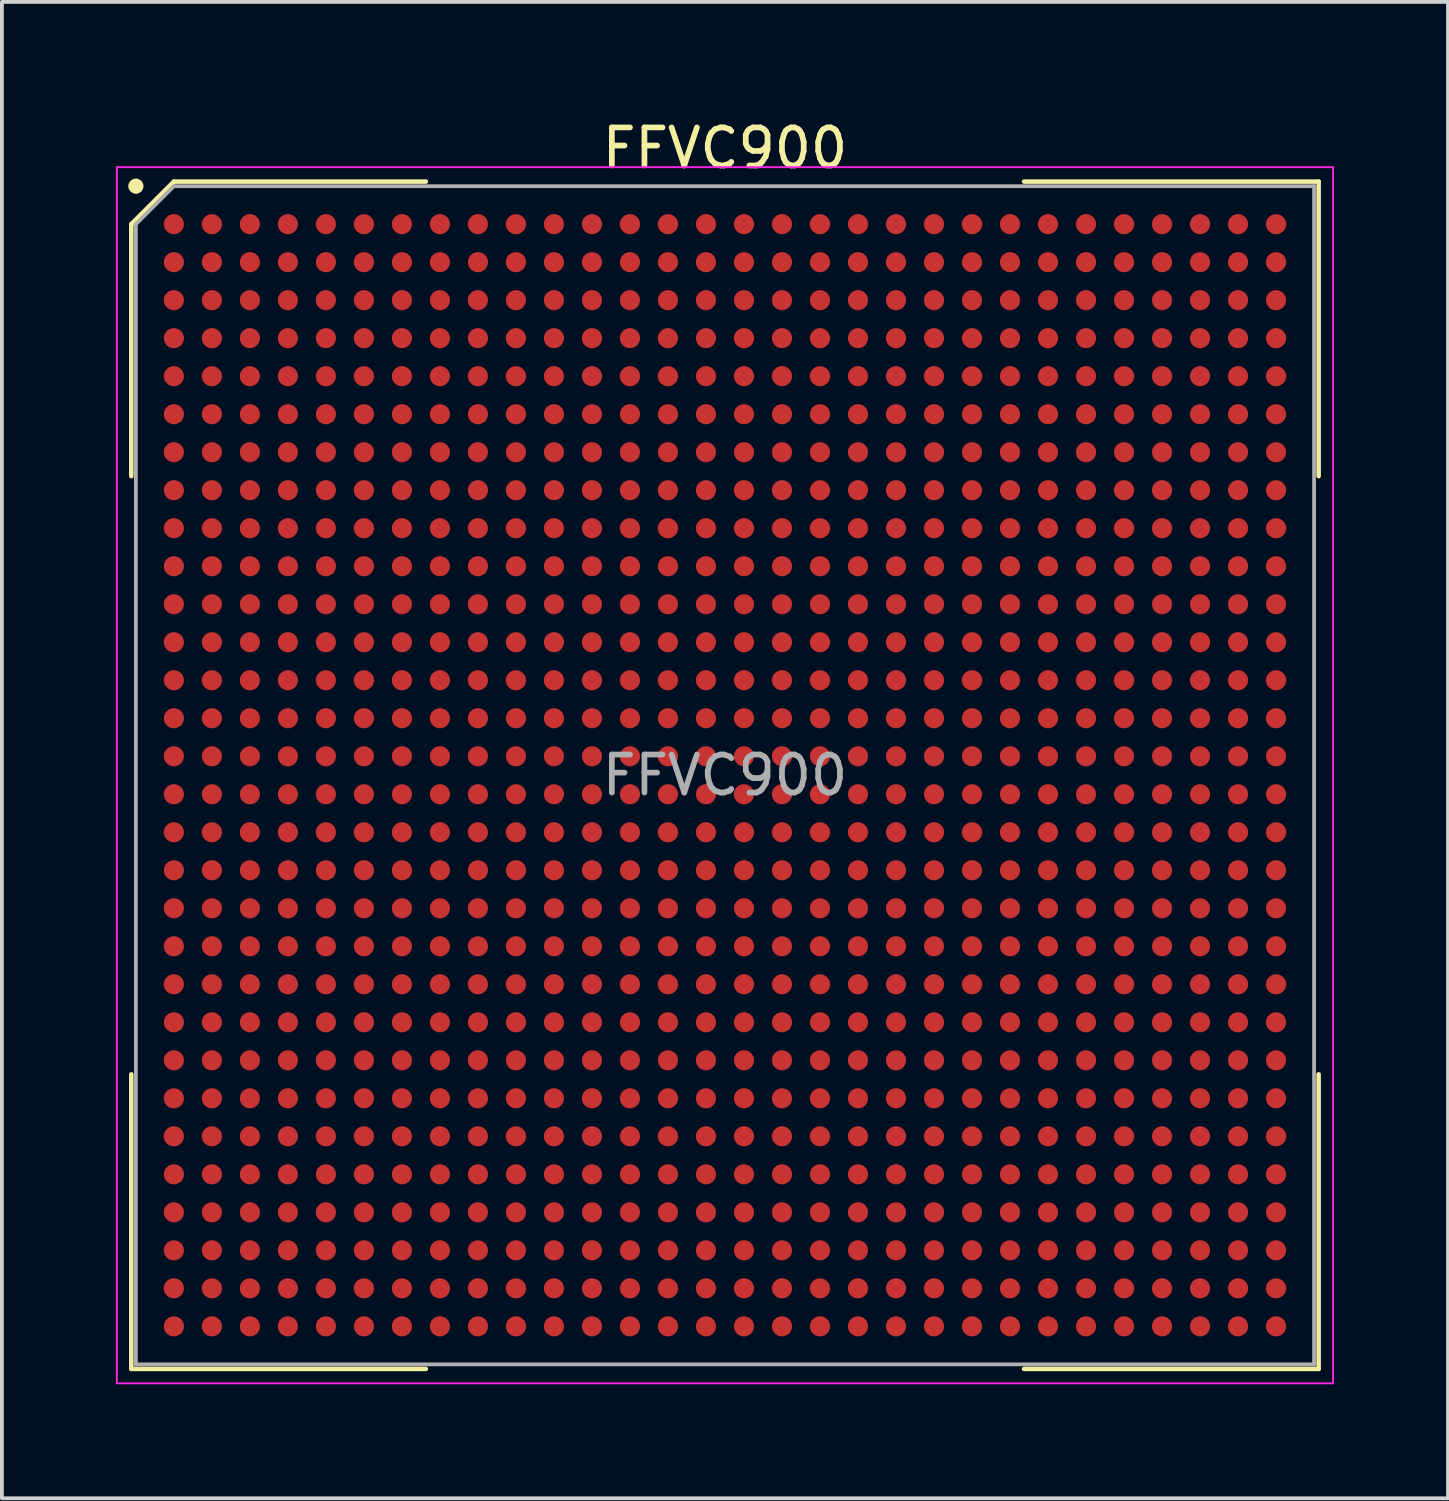
<source format=kicad_pcb>
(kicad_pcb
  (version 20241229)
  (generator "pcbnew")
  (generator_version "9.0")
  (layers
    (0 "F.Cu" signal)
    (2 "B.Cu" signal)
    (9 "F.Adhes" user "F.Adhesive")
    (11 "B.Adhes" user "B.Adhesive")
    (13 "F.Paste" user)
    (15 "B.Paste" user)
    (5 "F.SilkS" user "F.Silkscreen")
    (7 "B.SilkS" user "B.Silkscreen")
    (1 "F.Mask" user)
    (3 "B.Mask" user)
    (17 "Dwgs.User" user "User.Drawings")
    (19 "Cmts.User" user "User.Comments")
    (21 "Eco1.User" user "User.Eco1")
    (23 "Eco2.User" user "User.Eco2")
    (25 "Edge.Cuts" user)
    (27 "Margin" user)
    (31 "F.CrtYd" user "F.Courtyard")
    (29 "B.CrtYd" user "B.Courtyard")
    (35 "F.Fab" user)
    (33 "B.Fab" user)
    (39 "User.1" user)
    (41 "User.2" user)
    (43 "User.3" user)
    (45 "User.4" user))
  (footprint "FFVC900"
    (layer "F.Cu")
    (at 16.025 17.348)
    (property "Reference" "FFVC900" (at 0 -16.5 0) (layer "F.SilkS") (effects (font (size 1 1) (thickness 0.15))))
    (attr smd)
    (fp_line (start -15.62 -14.5) (end -15.62 -7.87) (stroke (width 0.12) (type default)) (layer "F.SilkS"))
    (fp_line (start -15.62 15.62) (end -15.62 7.87) (stroke (width 0.12) (type default)) (layer "F.SilkS"))
    (fp_line (start -14.5 -15.62) (end -15.62 -14.5) (stroke (width 0.12) (type default)) (layer "F.SilkS"))
    (fp_line (start -7.87 -15.62) (end -14.5 -15.62) (stroke (width 0.12) (type default)) (layer "F.SilkS"))
    (fp_line (start -7.87 15.62) (end -15.62 15.62) (stroke (width 0.12) (type default)) (layer "F.SilkS"))
    (fp_line (start 7.87 -15.62) (end 15.62 -15.62) (stroke (width 0.12) (type default)) (layer "F.SilkS"))
    (fp_line (start 7.87 15.62) (end 15.62 15.62) (stroke (width 0.12) (type default)) (layer "F.SilkS"))
    (fp_line (start 15.62 -15.62) (end 15.62 -7.87) (stroke (width 0.12) (type default)) (layer "F.SilkS"))
    (fp_line (start 15.62 15.62) (end 15.62 7.87) (stroke (width 0.12) (type default)) (layer "F.SilkS"))
    (fp_circle (center -15.5 -15.5) (end -15.5 -15.4) (stroke (width 0.2) (type default)) (fill no) (layer "F.SilkS"))
    (fp_line (start -16 -16) (end 16 -16) (stroke (width 0.05) (type default)) (layer "F.CrtYd"))
    (fp_line (start -16 16) (end -16 -16) (stroke (width 0.05) (type default)) (layer "F.CrtYd"))
    (fp_line (start 16 -16) (end 16 16) (stroke (width 0.05) (type default)) (layer "F.CrtYd"))
    (fp_line (start 16 16) (end -16 16) (stroke (width 0.05) (type default)) (layer "F.CrtYd"))
    (fp_line (start -15.5 -14.5) (end -15.5 15.5) (stroke (width 0.1) (type default)) (layer "F.Fab"))
    (fp_line (start -15.5 15.5) (end 15.5 15.5) (stroke (width 0.1) (type default)) (layer "F.Fab"))
    (fp_line (start -14.5 -15.5) (end -15.5 -14.5) (stroke (width 0.1) (type default)) (layer "F.Fab"))
    (fp_line (start 15.5 -15.5) (end -14.5 -15.5) (stroke (width 0.1) (type default)) (layer "F.Fab"))
    (fp_line (start 15.5 15.5) (end 15.5 -15.5) (stroke (width 0.1) (type default)) (layer "F.Fab"))
    (fp_text user "${REFERENCE}" (at 0 0 0) (layer "F.Fab") (effects (font (size 1 1) (thickness 0.15))))
    (pad "A1" smd circle (at -14.5 -14.5) (size 0.53 0.53) (layers "F.Cu" "F.Mask" "F.Paste"))
    (pad "A2" smd circle (at -13.5 -14.5) (size 0.53 0.53) (layers "F.Cu" "F.Mask" "F.Paste"))
    (pad "A3" smd circle (at -12.5 -14.5) (size 0.53 0.53) (layers "F.Cu" "F.Mask" "F.Paste"))
    (pad "A4" smd circle (at -11.5 -14.5) (size 0.53 0.53) (layers "F.Cu" "F.Mask" "F.Paste"))
    (pad "A5" smd circle (at -10.5 -14.5) (size 0.53 0.53) (layers "F.Cu" "F.Mask" "F.Paste"))
    (pad "A6" smd circle (at -9.5 -14.5) (size 0.53 0.53) (layers "F.Cu" "F.Mask" "F.Paste"))
    (pad "A7" smd circle (at -8.5 -14.5) (size 0.53 0.53) (layers "F.Cu" "F.Mask" "F.Paste"))
    (pad "A8" smd circle (at -7.5 -14.5) (size 0.53 0.53) (layers "F.Cu" "F.Mask" "F.Paste"))
    (pad "A9" smd circle (at -6.5 -14.5) (size 0.53 0.53) (layers "F.Cu" "F.Mask" "F.Paste"))
    (pad "A10" smd circle (at -5.5 -14.5) (size 0.53 0.53) (layers "F.Cu" "F.Mask" "F.Paste"))
    (pad "A11" smd circle (at -4.5 -14.5) (size 0.53 0.53) (layers "F.Cu" "F.Mask" "F.Paste"))
    (pad "A12" smd circle (at -3.5 -14.5) (size 0.53 0.53) (layers "F.Cu" "F.Mask" "F.Paste"))
    (pad "A13" smd circle (at -2.5 -14.5) (size 0.53 0.53) (layers "F.Cu" "F.Mask" "F.Paste"))
    (pad "A14" smd circle (at -1.5 -14.5) (size 0.53 0.53) (layers "F.Cu" "F.Mask" "F.Paste"))
    (pad "A15" smd circle (at -0.5 -14.5) (size 0.53 0.53) (layers "F.Cu" "F.Mask" "F.Paste"))
    (pad "A16" smd circle (at 0.5 -14.5) (size 0.53 0.53) (layers "F.Cu" "F.Mask" "F.Paste"))
    (pad "A17" smd circle (at 1.5 -14.5) (size 0.53 0.53) (layers "F.Cu" "F.Mask" "F.Paste"))
    (pad "A18" smd circle (at 2.5 -14.5) (size 0.53 0.53) (layers "F.Cu" "F.Mask" "F.Paste"))
    (pad "A19" smd circle (at 3.5 -14.5) (size 0.53 0.53) (layers "F.Cu" "F.Mask" "F.Paste"))
    (pad "A20" smd circle (at 4.5 -14.5) (size 0.53 0.53) (layers "F.Cu" "F.Mask" "F.Paste"))
    (pad "A21" smd circle (at 5.5 -14.5) (size 0.53 0.53) (layers "F.Cu" "F.Mask" "F.Paste"))
    (pad "A22" smd circle (at 6.5 -14.5) (size 0.53 0.53) (layers "F.Cu" "F.Mask" "F.Paste"))
    (pad "A23" smd circle (at 7.5 -14.5) (size 0.53 0.53) (layers "F.Cu" "F.Mask" "F.Paste"))
    (pad "A24" smd circle (at 8.5 -14.5) (size 0.53 0.53) (layers "F.Cu" "F.Mask" "F.Paste"))
    (pad "A25" smd circle (at 9.5 -14.5) (size 0.53 0.53) (layers "F.Cu" "F.Mask" "F.Paste"))
    (pad "A26" smd circle (at 10.5 -14.5) (size 0.53 0.53) (layers "F.Cu" "F.Mask" "F.Paste"))
    (pad "A27" smd circle (at 11.5 -14.5) (size 0.53 0.53) (layers "F.Cu" "F.Mask" "F.Paste"))
    (pad "A28" smd circle (at 12.5 -14.5) (size 0.53 0.53) (layers "F.Cu" "F.Mask" "F.Paste"))
    (pad "A29" smd circle (at 13.5 -14.5) (size 0.53 0.53) (layers "F.Cu" "F.Mask" "F.Paste"))
    (pad "A30" smd circle (at 14.5 -14.5) (size 0.53 0.53) (layers "F.Cu" "F.Mask" "F.Paste"))
    (pad "AA1" smd circle (at -14.5 5.5) (size 0.53 0.53) (layers "F.Cu" "F.Mask" "F.Paste"))
    (pad "AA2" smd circle (at -13.5 5.5) (size 0.53 0.53) (layers "F.Cu" "F.Mask" "F.Paste"))
    (pad "AA3" smd circle (at -12.5 5.5) (size 0.53 0.53) (layers "F.Cu" "F.Mask" "F.Paste"))
    (pad "AA4" smd circle (at -11.5 5.5) (size 0.53 0.53) (layers "F.Cu" "F.Mask" "F.Paste"))
    (pad "AA5" smd circle (at -10.5 5.5) (size 0.53 0.53) (layers "F.Cu" "F.Mask" "F.Paste"))
    (pad "AA6" smd circle (at -9.5 5.5) (size 0.53 0.53) (layers "F.Cu" "F.Mask" "F.Paste"))
    (pad "AA7" smd circle (at -8.5 5.5) (size 0.53 0.53) (layers "F.Cu" "F.Mask" "F.Paste"))
    (pad "AA8" smd circle (at -7.5 5.5) (size 0.53 0.53) (layers "F.Cu" "F.Mask" "F.Paste"))
    (pad "AA9" smd circle (at -6.5 5.5) (size 0.53 0.53) (layers "F.Cu" "F.Mask" "F.Paste"))
    (pad "AA10" smd circle (at -5.5 5.5) (size 0.53 0.53) (layers "F.Cu" "F.Mask" "F.Paste"))
    (pad "AA11" smd circle (at -4.5 5.5) (size 0.53 0.53) (layers "F.Cu" "F.Mask" "F.Paste"))
    (pad "AA12" smd circle (at -3.5 5.5) (size 0.53 0.53) (layers "F.Cu" "F.Mask" "F.Paste"))
    (pad "AA13" smd circle (at -2.5 5.5) (size 0.53 0.53) (layers "F.Cu" "F.Mask" "F.Paste"))
    (pad "AA14" smd circle (at -1.5 5.5) (size 0.53 0.53) (layers "F.Cu" "F.Mask" "F.Paste"))
    (pad "AA15" smd circle (at -0.5 5.5) (size 0.53 0.53) (layers "F.Cu" "F.Mask" "F.Paste"))
    (pad "AA16" smd circle (at 0.5 5.5) (size 0.53 0.53) (layers "F.Cu" "F.Mask" "F.Paste"))
    (pad "AA17" smd circle (at 1.5 5.5) (size 0.53 0.53) (layers "F.Cu" "F.Mask" "F.Paste"))
    (pad "AA18" smd circle (at 2.5 5.5) (size 0.53 0.53) (layers "F.Cu" "F.Mask" "F.Paste"))
    (pad "AA19" smd circle (at 3.5 5.5) (size 0.53 0.53) (layers "F.Cu" "F.Mask" "F.Paste"))
    (pad "AA20" smd circle (at 4.5 5.5) (size 0.53 0.53) (layers "F.Cu" "F.Mask" "F.Paste"))
    (pad "AA21" smd circle (at 5.5 5.5) (size 0.53 0.53) (layers "F.Cu" "F.Mask" "F.Paste"))
    (pad "AA22" smd circle (at 6.5 5.5) (size 0.53 0.53) (layers "F.Cu" "F.Mask" "F.Paste"))
    (pad "AA23" smd circle (at 7.5 5.5) (size 0.53 0.53) (layers "F.Cu" "F.Mask" "F.Paste"))
    (pad "AA24" smd circle (at 8.5 5.5) (size 0.53 0.53) (layers "F.Cu" "F.Mask" "F.Paste"))
    (pad "AA25" smd circle (at 9.5 5.5) (size 0.53 0.53) (layers "F.Cu" "F.Mask" "F.Paste"))
    (pad "AA26" smd circle (at 10.5 5.5) (size 0.53 0.53) (layers "F.Cu" "F.Mask" "F.Paste"))
    (pad "AA27" smd circle (at 11.5 5.5) (size 0.53 0.53) (layers "F.Cu" "F.Mask" "F.Paste"))
    (pad "AA28" smd circle (at 12.5 5.5) (size 0.53 0.53) (layers "F.Cu" "F.Mask" "F.Paste"))
    (pad "AA29" smd circle (at 13.5 5.5) (size 0.53 0.53) (layers "F.Cu" "F.Mask" "F.Paste"))
    (pad "AA30" smd circle (at 14.5 5.5) (size 0.53 0.53) (layers "F.Cu" "F.Mask" "F.Paste"))
    (pad "AB1" smd circle (at -14.5 6.5) (size 0.53 0.53) (layers "F.Cu" "F.Mask" "F.Paste"))
    (pad "AB2" smd circle (at -13.5 6.5) (size 0.53 0.53) (layers "F.Cu" "F.Mask" "F.Paste"))
    (pad "AB3" smd circle (at -12.5 6.5) (size 0.53 0.53) (layers "F.Cu" "F.Mask" "F.Paste"))
    (pad "AB4" smd circle (at -11.5 6.5) (size 0.53 0.53) (layers "F.Cu" "F.Mask" "F.Paste"))
    (pad "AB5" smd circle (at -10.5 6.5) (size 0.53 0.53) (layers "F.Cu" "F.Mask" "F.Paste"))
    (pad "AB6" smd circle (at -9.5 6.5) (size 0.53 0.53) (layers "F.Cu" "F.Mask" "F.Paste"))
    (pad "AB7" smd circle (at -8.5 6.5) (size 0.53 0.53) (layers "F.Cu" "F.Mask" "F.Paste"))
    (pad "AB8" smd circle (at -7.5 6.5) (size 0.53 0.53) (layers "F.Cu" "F.Mask" "F.Paste"))
    (pad "AB9" smd circle (at -6.5 6.5) (size 0.53 0.53) (layers "F.Cu" "F.Mask" "F.Paste"))
    (pad "AB10" smd circle (at -5.5 6.5) (size 0.53 0.53) (layers "F.Cu" "F.Mask" "F.Paste"))
    (pad "AB11" smd circle (at -4.5 6.5) (size 0.53 0.53) (layers "F.Cu" "F.Mask" "F.Paste"))
    (pad "AB12" smd circle (at -3.5 6.5) (size 0.53 0.53) (layers "F.Cu" "F.Mask" "F.Paste"))
    (pad "AB13" smd circle (at -2.5 6.5) (size 0.53 0.53) (layers "F.Cu" "F.Mask" "F.Paste"))
    (pad "AB14" smd circle (at -1.5 6.5) (size 0.53 0.53) (layers "F.Cu" "F.Mask" "F.Paste"))
    (pad "AB15" smd circle (at -0.5 6.5) (size 0.53 0.53) (layers "F.Cu" "F.Mask" "F.Paste"))
    (pad "AB16" smd circle (at 0.5 6.5) (size 0.53 0.53) (layers "F.Cu" "F.Mask" "F.Paste"))
    (pad "AB17" smd circle (at 1.5 6.5) (size 0.53 0.53) (layers "F.Cu" "F.Mask" "F.Paste"))
    (pad "AB18" smd circle (at 2.5 6.5) (size 0.53 0.53) (layers "F.Cu" "F.Mask" "F.Paste"))
    (pad "AB19" smd circle (at 3.5 6.5) (size 0.53 0.53) (layers "F.Cu" "F.Mask" "F.Paste"))
    (pad "AB20" smd circle (at 4.5 6.5) (size 0.53 0.53) (layers "F.Cu" "F.Mask" "F.Paste"))
    (pad "AB21" smd circle (at 5.5 6.5) (size 0.53 0.53) (layers "F.Cu" "F.Mask" "F.Paste"))
    (pad "AB22" smd circle (at 6.5 6.5) (size 0.53 0.53) (layers "F.Cu" "F.Mask" "F.Paste"))
    (pad "AB23" smd circle (at 7.5 6.5) (size 0.53 0.53) (layers "F.Cu" "F.Mask" "F.Paste"))
    (pad "AB24" smd circle (at 8.5 6.5) (size 0.53 0.53) (layers "F.Cu" "F.Mask" "F.Paste"))
    (pad "AB25" smd circle (at 9.5 6.5) (size 0.53 0.53) (layers "F.Cu" "F.Mask" "F.Paste"))
    (pad "AB26" smd circle (at 10.5 6.5) (size 0.53 0.53) (layers "F.Cu" "F.Mask" "F.Paste"))
    (pad "AB27" smd circle (at 11.5 6.5) (size 0.53 0.53) (layers "F.Cu" "F.Mask" "F.Paste"))
    (pad "AB28" smd circle (at 12.5 6.5) (size 0.53 0.53) (layers "F.Cu" "F.Mask" "F.Paste"))
    (pad "AB29" smd circle (at 13.5 6.5) (size 0.53 0.53) (layers "F.Cu" "F.Mask" "F.Paste"))
    (pad "AB30" smd circle (at 14.5 6.5) (size 0.53 0.53) (layers "F.Cu" "F.Mask" "F.Paste"))
    (pad "AC1" smd circle (at -14.5 7.5) (size 0.53 0.53) (layers "F.Cu" "F.Mask" "F.Paste"))
    (pad "AC2" smd circle (at -13.5 7.5) (size 0.53 0.53) (layers "F.Cu" "F.Mask" "F.Paste"))
    (pad "AC3" smd circle (at -12.5 7.5) (size 0.53 0.53) (layers "F.Cu" "F.Mask" "F.Paste"))
    (pad "AC4" smd circle (at -11.5 7.5) (size 0.53 0.53) (layers "F.Cu" "F.Mask" "F.Paste"))
    (pad "AC5" smd circle (at -10.5 7.5) (size 0.53 0.53) (layers "F.Cu" "F.Mask" "F.Paste"))
    (pad "AC6" smd circle (at -9.5 7.5) (size 0.53 0.53) (layers "F.Cu" "F.Mask" "F.Paste"))
    (pad "AC7" smd circle (at -8.5 7.5) (size 0.53 0.53) (layers "F.Cu" "F.Mask" "F.Paste"))
    (pad "AC8" smd circle (at -7.5 7.5) (size 0.53 0.53) (layers "F.Cu" "F.Mask" "F.Paste"))
    (pad "AC9" smd circle (at -6.5 7.5) (size 0.53 0.53) (layers "F.Cu" "F.Mask" "F.Paste"))
    (pad "AC10" smd circle (at -5.5 7.5) (size 0.53 0.53) (layers "F.Cu" "F.Mask" "F.Paste"))
    (pad "AC11" smd circle (at -4.5 7.5) (size 0.53 0.53) (layers "F.Cu" "F.Mask" "F.Paste"))
    (pad "AC12" smd circle (at -3.5 7.5) (size 0.53 0.53) (layers "F.Cu" "F.Mask" "F.Paste"))
    (pad "AC13" smd circle (at -2.5 7.5) (size 0.53 0.53) (layers "F.Cu" "F.Mask" "F.Paste"))
    (pad "AC14" smd circle (at -1.5 7.5) (size 0.53 0.53) (layers "F.Cu" "F.Mask" "F.Paste"))
    (pad "AC15" smd circle (at -0.5 7.5) (size 0.53 0.53) (layers "F.Cu" "F.Mask" "F.Paste"))
    (pad "AC16" smd circle (at 0.5 7.5) (size 0.53 0.53) (layers "F.Cu" "F.Mask" "F.Paste"))
    (pad "AC17" smd circle (at 1.5 7.5) (size 0.53 0.53) (layers "F.Cu" "F.Mask" "F.Paste"))
    (pad "AC18" smd circle (at 2.5 7.5) (size 0.53 0.53) (layers "F.Cu" "F.Mask" "F.Paste"))
    (pad "AC19" smd circle (at 3.5 7.5) (size 0.53 0.53) (layers "F.Cu" "F.Mask" "F.Paste"))
    (pad "AC20" smd circle (at 4.5 7.5) (size 0.53 0.53) (layers "F.Cu" "F.Mask" "F.Paste"))
    (pad "AC21" smd circle (at 5.5 7.5) (size 0.53 0.53) (layers "F.Cu" "F.Mask" "F.Paste"))
    (pad "AC22" smd circle (at 6.5 7.5) (size 0.53 0.53) (layers "F.Cu" "F.Mask" "F.Paste"))
    (pad "AC23" smd circle (at 7.5 7.5) (size 0.53 0.53) (layers "F.Cu" "F.Mask" "F.Paste"))
    (pad "AC24" smd circle (at 8.5 7.5) (size 0.53 0.53) (layers "F.Cu" "F.Mask" "F.Paste"))
    (pad "AC25" smd circle (at 9.5 7.5) (size 0.53 0.53) (layers "F.Cu" "F.Mask" "F.Paste"))
    (pad "AC26" smd circle (at 10.5 7.5) (size 0.53 0.53) (layers "F.Cu" "F.Mask" "F.Paste"))
    (pad "AC27" smd circle (at 11.5 7.5) (size 0.53 0.53) (layers "F.Cu" "F.Mask" "F.Paste"))
    (pad "AC28" smd circle (at 12.5 7.5) (size 0.53 0.53) (layers "F.Cu" "F.Mask" "F.Paste"))
    (pad "AC29" smd circle (at 13.5 7.5) (size 0.53 0.53) (layers "F.Cu" "F.Mask" "F.Paste"))
    (pad "AC30" smd circle (at 14.5 7.5) (size 0.53 0.53) (layers "F.Cu" "F.Mask" "F.Paste"))
    (pad "AD1" smd circle (at -14.5 8.5) (size 0.53 0.53) (layers "F.Cu" "F.Mask" "F.Paste"))
    (pad "AD2" smd circle (at -13.5 8.5) (size 0.53 0.53) (layers "F.Cu" "F.Mask" "F.Paste"))
    (pad "AD3" smd circle (at -12.5 8.5) (size 0.53 0.53) (layers "F.Cu" "F.Mask" "F.Paste"))
    (pad "AD4" smd circle (at -11.5 8.5) (size 0.53 0.53) (layers "F.Cu" "F.Mask" "F.Paste"))
    (pad "AD5" smd circle (at -10.5 8.5) (size 0.53 0.53) (layers "F.Cu" "F.Mask" "F.Paste"))
    (pad "AD6" smd circle (at -9.5 8.5) (size 0.53 0.53) (layers "F.Cu" "F.Mask" "F.Paste"))
    (pad "AD7" smd circle (at -8.5 8.5) (size 0.53 0.53) (layers "F.Cu" "F.Mask" "F.Paste"))
    (pad "AD8" smd circle (at -7.5 8.5) (size 0.53 0.53) (layers "F.Cu" "F.Mask" "F.Paste"))
    (pad "AD9" smd circle (at -6.5 8.5) (size 0.53 0.53) (layers "F.Cu" "F.Mask" "F.Paste"))
    (pad "AD10" smd circle (at -5.5 8.5) (size 0.53 0.53) (layers "F.Cu" "F.Mask" "F.Paste"))
    (pad "AD11" smd circle (at -4.5 8.5) (size 0.53 0.53) (layers "F.Cu" "F.Mask" "F.Paste"))
    (pad "AD12" smd circle (at -3.5 8.5) (size 0.53 0.53) (layers "F.Cu" "F.Mask" "F.Paste"))
    (pad "AD13" smd circle (at -2.5 8.5) (size 0.53 0.53) (layers "F.Cu" "F.Mask" "F.Paste"))
    (pad "AD14" smd circle (at -1.5 8.5) (size 0.53 0.53) (layers "F.Cu" "F.Mask" "F.Paste"))
    (pad "AD15" smd circle (at -0.5 8.5) (size 0.53 0.53) (layers "F.Cu" "F.Mask" "F.Paste"))
    (pad "AD16" smd circle (at 0.5 8.5) (size 0.53 0.53) (layers "F.Cu" "F.Mask" "F.Paste"))
    (pad "AD17" smd circle (at 1.5 8.5) (size 0.53 0.53) (layers "F.Cu" "F.Mask" "F.Paste"))
    (pad "AD18" smd circle (at 2.5 8.5) (size 0.53 0.53) (layers "F.Cu" "F.Mask" "F.Paste"))
    (pad "AD19" smd circle (at 3.5 8.5) (size 0.53 0.53) (layers "F.Cu" "F.Mask" "F.Paste"))
    (pad "AD20" smd circle (at 4.5 8.5) (size 0.53 0.53) (layers "F.Cu" "F.Mask" "F.Paste"))
    (pad "AD21" smd circle (at 5.5 8.5) (size 0.53 0.53) (layers "F.Cu" "F.Mask" "F.Paste"))
    (pad "AD22" smd circle (at 6.5 8.5) (size 0.53 0.53) (layers "F.Cu" "F.Mask" "F.Paste"))
    (pad "AD23" smd circle (at 7.5 8.5) (size 0.53 0.53) (layers "F.Cu" "F.Mask" "F.Paste"))
    (pad "AD24" smd circle (at 8.5 8.5) (size 0.53 0.53) (layers "F.Cu" "F.Mask" "F.Paste"))
    (pad "AD25" smd circle (at 9.5 8.5) (size 0.53 0.53) (layers "F.Cu" "F.Mask" "F.Paste"))
    (pad "AD26" smd circle (at 10.5 8.5) (size 0.53 0.53) (layers "F.Cu" "F.Mask" "F.Paste"))
    (pad "AD27" smd circle (at 11.5 8.5) (size 0.53 0.53) (layers "F.Cu" "F.Mask" "F.Paste"))
    (pad "AD28" smd circle (at 12.5 8.5) (size 0.53 0.53) (layers "F.Cu" "F.Mask" "F.Paste"))
    (pad "AD29" smd circle (at 13.5 8.5) (size 0.53 0.53) (layers "F.Cu" "F.Mask" "F.Paste"))
    (pad "AD30" smd circle (at 14.5 8.5) (size 0.53 0.53) (layers "F.Cu" "F.Mask" "F.Paste"))
    (pad "AE1" smd circle (at -14.5 9.5) (size 0.53 0.53) (layers "F.Cu" "F.Mask" "F.Paste"))
    (pad "AE2" smd circle (at -13.5 9.5) (size 0.53 0.53) (layers "F.Cu" "F.Mask" "F.Paste"))
    (pad "AE3" smd circle (at -12.5 9.5) (size 0.53 0.53) (layers "F.Cu" "F.Mask" "F.Paste"))
    (pad "AE4" smd circle (at -11.5 9.5) (size 0.53 0.53) (layers "F.Cu" "F.Mask" "F.Paste"))
    (pad "AE5" smd circle (at -10.5 9.5) (size 0.53 0.53) (layers "F.Cu" "F.Mask" "F.Paste"))
    (pad "AE6" smd circle (at -9.5 9.5) (size 0.53 0.53) (layers "F.Cu" "F.Mask" "F.Paste"))
    (pad "AE7" smd circle (at -8.5 9.5) (size 0.53 0.53) (layers "F.Cu" "F.Mask" "F.Paste"))
    (pad "AE8" smd circle (at -7.5 9.5) (size 0.53 0.53) (layers "F.Cu" "F.Mask" "F.Paste"))
    (pad "AE9" smd circle (at -6.5 9.5) (size 0.53 0.53) (layers "F.Cu" "F.Mask" "F.Paste"))
    (pad "AE10" smd circle (at -5.5 9.5) (size 0.53 0.53) (layers "F.Cu" "F.Mask" "F.Paste"))
    (pad "AE11" smd circle (at -4.5 9.5) (size 0.53 0.53) (layers "F.Cu" "F.Mask" "F.Paste"))
    (pad "AE12" smd circle (at -3.5 9.5) (size 0.53 0.53) (layers "F.Cu" "F.Mask" "F.Paste"))
    (pad "AE13" smd circle (at -2.5 9.5) (size 0.53 0.53) (layers "F.Cu" "F.Mask" "F.Paste"))
    (pad "AE14" smd circle (at -1.5 9.5) (size 0.53 0.53) (layers "F.Cu" "F.Mask" "F.Paste"))
    (pad "AE15" smd circle (at -0.5 9.5) (size 0.53 0.53) (layers "F.Cu" "F.Mask" "F.Paste"))
    (pad "AE16" smd circle (at 0.5 9.5) (size 0.53 0.53) (layers "F.Cu" "F.Mask" "F.Paste"))
    (pad "AE17" smd circle (at 1.5 9.5) (size 0.53 0.53) (layers "F.Cu" "F.Mask" "F.Paste"))
    (pad "AE18" smd circle (at 2.5 9.5) (size 0.53 0.53) (layers "F.Cu" "F.Mask" "F.Paste"))
    (pad "AE19" smd circle (at 3.5 9.5) (size 0.53 0.53) (layers "F.Cu" "F.Mask" "F.Paste"))
    (pad "AE20" smd circle (at 4.5 9.5) (size 0.53 0.53) (layers "F.Cu" "F.Mask" "F.Paste"))
    (pad "AE21" smd circle (at 5.5 9.5) (size 0.53 0.53) (layers "F.Cu" "F.Mask" "F.Paste"))
    (pad "AE22" smd circle (at 6.5 9.5) (size 0.53 0.53) (layers "F.Cu" "F.Mask" "F.Paste"))
    (pad "AE23" smd circle (at 7.5 9.5) (size 0.53 0.53) (layers "F.Cu" "F.Mask" "F.Paste"))
    (pad "AE24" smd circle (at 8.5 9.5) (size 0.53 0.53) (layers "F.Cu" "F.Mask" "F.Paste"))
    (pad "AE25" smd circle (at 9.5 9.5) (size 0.53 0.53) (layers "F.Cu" "F.Mask" "F.Paste"))
    (pad "AE26" smd circle (at 10.5 9.5) (size 0.53 0.53) (layers "F.Cu" "F.Mask" "F.Paste"))
    (pad "AE27" smd circle (at 11.5 9.5) (size 0.53 0.53) (layers "F.Cu" "F.Mask" "F.Paste"))
    (pad "AE28" smd circle (at 12.5 9.5) (size 0.53 0.53) (layers "F.Cu" "F.Mask" "F.Paste"))
    (pad "AE29" smd circle (at 13.5 9.5) (size 0.53 0.53) (layers "F.Cu" "F.Mask" "F.Paste"))
    (pad "AE30" smd circle (at 14.5 9.5) (size 0.53 0.53) (layers "F.Cu" "F.Mask" "F.Paste"))
    (pad "AF1" smd circle (at -14.5 10.5) (size 0.53 0.53) (layers "F.Cu" "F.Mask" "F.Paste"))
    (pad "AF2" smd circle (at -13.5 10.5) (size 0.53 0.53) (layers "F.Cu" "F.Mask" "F.Paste"))
    (pad "AF3" smd circle (at -12.5 10.5) (size 0.53 0.53) (layers "F.Cu" "F.Mask" "F.Paste"))
    (pad "AF4" smd circle (at -11.5 10.5) (size 0.53 0.53) (layers "F.Cu" "F.Mask" "F.Paste"))
    (pad "AF5" smd circle (at -10.5 10.5) (size 0.53 0.53) (layers "F.Cu" "F.Mask" "F.Paste"))
    (pad "AF6" smd circle (at -9.5 10.5) (size 0.53 0.53) (layers "F.Cu" "F.Mask" "F.Paste"))
    (pad "AF7" smd circle (at -8.5 10.5) (size 0.53 0.53) (layers "F.Cu" "F.Mask" "F.Paste"))
    (pad "AF8" smd circle (at -7.5 10.5) (size 0.53 0.53) (layers "F.Cu" "F.Mask" "F.Paste"))
    (pad "AF9" smd circle (at -6.5 10.5) (size 0.53 0.53) (layers "F.Cu" "F.Mask" "F.Paste"))
    (pad "AF10" smd circle (at -5.5 10.5) (size 0.53 0.53) (layers "F.Cu" "F.Mask" "F.Paste"))
    (pad "AF11" smd circle (at -4.5 10.5) (size 0.53 0.53) (layers "F.Cu" "F.Mask" "F.Paste"))
    (pad "AF12" smd circle (at -3.5 10.5) (size 0.53 0.53) (layers "F.Cu" "F.Mask" "F.Paste"))
    (pad "AF13" smd circle (at -2.5 10.5) (size 0.53 0.53) (layers "F.Cu" "F.Mask" "F.Paste"))
    (pad "AF14" smd circle (at -1.5 10.5) (size 0.53 0.53) (layers "F.Cu" "F.Mask" "F.Paste"))
    (pad "AF15" smd circle (at -0.5 10.5) (size 0.53 0.53) (layers "F.Cu" "F.Mask" "F.Paste"))
    (pad "AF16" smd circle (at 0.5 10.5) (size 0.53 0.53) (layers "F.Cu" "F.Mask" "F.Paste"))
    (pad "AF17" smd circle (at 1.5 10.5) (size 0.53 0.53) (layers "F.Cu" "F.Mask" "F.Paste"))
    (pad "AF18" smd circle (at 2.5 10.5) (size 0.53 0.53) (layers "F.Cu" "F.Mask" "F.Paste"))
    (pad "AF19" smd circle (at 3.5 10.5) (size 0.53 0.53) (layers "F.Cu" "F.Mask" "F.Paste"))
    (pad "AF20" smd circle (at 4.5 10.5) (size 0.53 0.53) (layers "F.Cu" "F.Mask" "F.Paste"))
    (pad "AF21" smd circle (at 5.5 10.5) (size 0.53 0.53) (layers "F.Cu" "F.Mask" "F.Paste"))
    (pad "AF22" smd circle (at 6.5 10.5) (size 0.53 0.53) (layers "F.Cu" "F.Mask" "F.Paste"))
    (pad "AF23" smd circle (at 7.5 10.5) (size 0.53 0.53) (layers "F.Cu" "F.Mask" "F.Paste"))
    (pad "AF24" smd circle (at 8.5 10.5) (size 0.53 0.53) (layers "F.Cu" "F.Mask" "F.Paste"))
    (pad "AF25" smd circle (at 9.5 10.5) (size 0.53 0.53) (layers "F.Cu" "F.Mask" "F.Paste"))
    (pad "AF26" smd circle (at 10.5 10.5) (size 0.53 0.53) (layers "F.Cu" "F.Mask" "F.Paste"))
    (pad "AF27" smd circle (at 11.5 10.5) (size 0.53 0.53) (layers "F.Cu" "F.Mask" "F.Paste"))
    (pad "AF28" smd circle (at 12.5 10.5) (size 0.53 0.53) (layers "F.Cu" "F.Mask" "F.Paste"))
    (pad "AF29" smd circle (at 13.5 10.5) (size 0.53 0.53) (layers "F.Cu" "F.Mask" "F.Paste"))
    (pad "AF30" smd circle (at 14.5 10.5) (size 0.53 0.53) (layers "F.Cu" "F.Mask" "F.Paste"))
    (pad "AG1" smd circle (at -14.5 11.5) (size 0.53 0.53) (layers "F.Cu" "F.Mask" "F.Paste"))
    (pad "AG2" smd circle (at -13.5 11.5) (size 0.53 0.53) (layers "F.Cu" "F.Mask" "F.Paste"))
    (pad "AG3" smd circle (at -12.5 11.5) (size 0.53 0.53) (layers "F.Cu" "F.Mask" "F.Paste"))
    (pad "AG4" smd circle (at -11.5 11.5) (size 0.53 0.53) (layers "F.Cu" "F.Mask" "F.Paste"))
    (pad "AG5" smd circle (at -10.5 11.5) (size 0.53 0.53) (layers "F.Cu" "F.Mask" "F.Paste"))
    (pad "AG6" smd circle (at -9.5 11.5) (size 0.53 0.53) (layers "F.Cu" "F.Mask" "F.Paste"))
    (pad "AG7" smd circle (at -8.5 11.5) (size 0.53 0.53) (layers "F.Cu" "F.Mask" "F.Paste"))
    (pad "AG8" smd circle (at -7.5 11.5) (size 0.53 0.53) (layers "F.Cu" "F.Mask" "F.Paste"))
    (pad "AG9" smd circle (at -6.5 11.5) (size 0.53 0.53) (layers "F.Cu" "F.Mask" "F.Paste"))
    (pad "AG10" smd circle (at -5.5 11.5) (size 0.53 0.53) (layers "F.Cu" "F.Mask" "F.Paste"))
    (pad "AG11" smd circle (at -4.5 11.5) (size 0.53 0.53) (layers "F.Cu" "F.Mask" "F.Paste"))
    (pad "AG12" smd circle (at -3.5 11.5) (size 0.53 0.53) (layers "F.Cu" "F.Mask" "F.Paste"))
    (pad "AG13" smd circle (at -2.5 11.5) (size 0.53 0.53) (layers "F.Cu" "F.Mask" "F.Paste"))
    (pad "AG14" smd circle (at -1.5 11.5) (size 0.53 0.53) (layers "F.Cu" "F.Mask" "F.Paste"))
    (pad "AG15" smd circle (at -0.5 11.5) (size 0.53 0.53) (layers "F.Cu" "F.Mask" "F.Paste"))
    (pad "AG16" smd circle (at 0.5 11.5) (size 0.53 0.53) (layers "F.Cu" "F.Mask" "F.Paste"))
    (pad "AG17" smd circle (at 1.5 11.5) (size 0.53 0.53) (layers "F.Cu" "F.Mask" "F.Paste"))
    (pad "AG18" smd circle (at 2.5 11.5) (size 0.53 0.53) (layers "F.Cu" "F.Mask" "F.Paste"))
    (pad "AG19" smd circle (at 3.5 11.5) (size 0.53 0.53) (layers "F.Cu" "F.Mask" "F.Paste"))
    (pad "AG20" smd circle (at 4.5 11.5) (size 0.53 0.53) (layers "F.Cu" "F.Mask" "F.Paste"))
    (pad "AG21" smd circle (at 5.5 11.5) (size 0.53 0.53) (layers "F.Cu" "F.Mask" "F.Paste"))
    (pad "AG22" smd circle (at 6.5 11.5) (size 0.53 0.53) (layers "F.Cu" "F.Mask" "F.Paste"))
    (pad "AG23" smd circle (at 7.5 11.5) (size 0.53 0.53) (layers "F.Cu" "F.Mask" "F.Paste"))
    (pad "AG24" smd circle (at 8.5 11.5) (size 0.53 0.53) (layers "F.Cu" "F.Mask" "F.Paste"))
    (pad "AG25" smd circle (at 9.5 11.5) (size 0.53 0.53) (layers "F.Cu" "F.Mask" "F.Paste"))
    (pad "AG26" smd circle (at 10.5 11.5) (size 0.53 0.53) (layers "F.Cu" "F.Mask" "F.Paste"))
    (pad "AG27" smd circle (at 11.5 11.5) (size 0.53 0.53) (layers "F.Cu" "F.Mask" "F.Paste"))
    (pad "AG28" smd circle (at 12.5 11.5) (size 0.53 0.53) (layers "F.Cu" "F.Mask" "F.Paste"))
    (pad "AG29" smd circle (at 13.5 11.5) (size 0.53 0.53) (layers "F.Cu" "F.Mask" "F.Paste"))
    (pad "AG30" smd circle (at 14.5 11.5) (size 0.53 0.53) (layers "F.Cu" "F.Mask" "F.Paste"))
    (pad "AH1" smd circle (at -14.5 12.5) (size 0.53 0.53) (layers "F.Cu" "F.Mask" "F.Paste"))
    (pad "AH2" smd circle (at -13.5 12.5) (size 0.53 0.53) (layers "F.Cu" "F.Mask" "F.Paste"))
    (pad "AH3" smd circle (at -12.5 12.5) (size 0.53 0.53) (layers "F.Cu" "F.Mask" "F.Paste"))
    (pad "AH4" smd circle (at -11.5 12.5) (size 0.53 0.53) (layers "F.Cu" "F.Mask" "F.Paste"))
    (pad "AH5" smd circle (at -10.5 12.5) (size 0.53 0.53) (layers "F.Cu" "F.Mask" "F.Paste"))
    (pad "AH6" smd circle (at -9.5 12.5) (size 0.53 0.53) (layers "F.Cu" "F.Mask" "F.Paste"))
    (pad "AH7" smd circle (at -8.5 12.5) (size 0.53 0.53) (layers "F.Cu" "F.Mask" "F.Paste"))
    (pad "AH8" smd circle (at -7.5 12.5) (size 0.53 0.53) (layers "F.Cu" "F.Mask" "F.Paste"))
    (pad "AH9" smd circle (at -6.5 12.5) (size 0.53 0.53) (layers "F.Cu" "F.Mask" "F.Paste"))
    (pad "AH10" smd circle (at -5.5 12.5) (size 0.53 0.53) (layers "F.Cu" "F.Mask" "F.Paste"))
    (pad "AH11" smd circle (at -4.5 12.5) (size 0.53 0.53) (layers "F.Cu" "F.Mask" "F.Paste"))
    (pad "AH12" smd circle (at -3.5 12.5) (size 0.53 0.53) (layers "F.Cu" "F.Mask" "F.Paste"))
    (pad "AH13" smd circle (at -2.5 12.5) (size 0.53 0.53) (layers "F.Cu" "F.Mask" "F.Paste"))
    (pad "AH14" smd circle (at -1.5 12.5) (size 0.53 0.53) (layers "F.Cu" "F.Mask" "F.Paste"))
    (pad "AH15" smd circle (at -0.5 12.5) (size 0.53 0.53) (layers "F.Cu" "F.Mask" "F.Paste"))
    (pad "AH16" smd circle (at 0.5 12.5) (size 0.53 0.53) (layers "F.Cu" "F.Mask" "F.Paste"))
    (pad "AH17" smd circle (at 1.5 12.5) (size 0.53 0.53) (layers "F.Cu" "F.Mask" "F.Paste"))
    (pad "AH18" smd circle (at 2.5 12.5) (size 0.53 0.53) (layers "F.Cu" "F.Mask" "F.Paste"))
    (pad "AH19" smd circle (at 3.5 12.5) (size 0.53 0.53) (layers "F.Cu" "F.Mask" "F.Paste"))
    (pad "AH20" smd circle (at 4.5 12.5) (size 0.53 0.53) (layers "F.Cu" "F.Mask" "F.Paste"))
    (pad "AH21" smd circle (at 5.5 12.5) (size 0.53 0.53) (layers "F.Cu" "F.Mask" "F.Paste"))
    (pad "AH22" smd circle (at 6.5 12.5) (size 0.53 0.53) (layers "F.Cu" "F.Mask" "F.Paste"))
    (pad "AH23" smd circle (at 7.5 12.5) (size 0.53 0.53) (layers "F.Cu" "F.Mask" "F.Paste"))
    (pad "AH24" smd circle (at 8.5 12.5) (size 0.53 0.53) (layers "F.Cu" "F.Mask" "F.Paste"))
    (pad "AH25" smd circle (at 9.5 12.5) (size 0.53 0.53) (layers "F.Cu" "F.Mask" "F.Paste"))
    (pad "AH26" smd circle (at 10.5 12.5) (size 0.53 0.53) (layers "F.Cu" "F.Mask" "F.Paste"))
    (pad "AH27" smd circle (at 11.5 12.5) (size 0.53 0.53) (layers "F.Cu" "F.Mask" "F.Paste"))
    (pad "AH28" smd circle (at 12.5 12.5) (size 0.53 0.53) (layers "F.Cu" "F.Mask" "F.Paste"))
    (pad "AH29" smd circle (at 13.5 12.5) (size 0.53 0.53) (layers "F.Cu" "F.Mask" "F.Paste"))
    (pad "AH30" smd circle (at 14.5 12.5) (size 0.53 0.53) (layers "F.Cu" "F.Mask" "F.Paste"))
    (pad "AJ1" smd circle (at -14.5 13.5) (size 0.53 0.53) (layers "F.Cu" "F.Mask" "F.Paste"))
    (pad "AJ2" smd circle (at -13.5 13.5) (size 0.53 0.53) (layers "F.Cu" "F.Mask" "F.Paste"))
    (pad "AJ3" smd circle (at -12.5 13.5) (size 0.53 0.53) (layers "F.Cu" "F.Mask" "F.Paste"))
    (pad "AJ4" smd circle (at -11.5 13.5) (size 0.53 0.53) (layers "F.Cu" "F.Mask" "F.Paste"))
    (pad "AJ5" smd circle (at -10.5 13.5) (size 0.53 0.53) (layers "F.Cu" "F.Mask" "F.Paste"))
    (pad "AJ6" smd circle (at -9.5 13.5) (size 0.53 0.53) (layers "F.Cu" "F.Mask" "F.Paste"))
    (pad "AJ7" smd circle (at -8.5 13.5) (size 0.53 0.53) (layers "F.Cu" "F.Mask" "F.Paste"))
    (pad "AJ8" smd circle (at -7.5 13.5) (size 0.53 0.53) (layers "F.Cu" "F.Mask" "F.Paste"))
    (pad "AJ9" smd circle (at -6.5 13.5) (size 0.53 0.53) (layers "F.Cu" "F.Mask" "F.Paste"))
    (pad "AJ10" smd circle (at -5.5 13.5) (size 0.53 0.53) (layers "F.Cu" "F.Mask" "F.Paste"))
    (pad "AJ11" smd circle (at -4.5 13.5) (size 0.53 0.53) (layers "F.Cu" "F.Mask" "F.Paste"))
    (pad "AJ12" smd circle (at -3.5 13.5) (size 0.53 0.53) (layers "F.Cu" "F.Mask" "F.Paste"))
    (pad "AJ13" smd circle (at -2.5 13.5) (size 0.53 0.53) (layers "F.Cu" "F.Mask" "F.Paste"))
    (pad "AJ14" smd circle (at -1.5 13.5) (size 0.53 0.53) (layers "F.Cu" "F.Mask" "F.Paste"))
    (pad "AJ15" smd circle (at -0.5 13.5) (size 0.53 0.53) (layers "F.Cu" "F.Mask" "F.Paste"))
    (pad "AJ16" smd circle (at 0.5 13.5) (size 0.53 0.53) (layers "F.Cu" "F.Mask" "F.Paste"))
    (pad "AJ17" smd circle (at 1.5 13.5) (size 0.53 0.53) (layers "F.Cu" "F.Mask" "F.Paste"))
    (pad "AJ18" smd circle (at 2.5 13.5) (size 0.53 0.53) (layers "F.Cu" "F.Mask" "F.Paste"))
    (pad "AJ19" smd circle (at 3.5 13.5) (size 0.53 0.53) (layers "F.Cu" "F.Mask" "F.Paste"))
    (pad "AJ20" smd circle (at 4.5 13.5) (size 0.53 0.53) (layers "F.Cu" "F.Mask" "F.Paste"))
    (pad "AJ21" smd circle (at 5.5 13.5) (size 0.53 0.53) (layers "F.Cu" "F.Mask" "F.Paste"))
    (pad "AJ22" smd circle (at 6.5 13.5) (size 0.53 0.53) (layers "F.Cu" "F.Mask" "F.Paste"))
    (pad "AJ23" smd circle (at 7.5 13.5) (size 0.53 0.53) (layers "F.Cu" "F.Mask" "F.Paste"))
    (pad "AJ24" smd circle (at 8.5 13.5) (size 0.53 0.53) (layers "F.Cu" "F.Mask" "F.Paste"))
    (pad "AJ25" smd circle (at 9.5 13.5) (size 0.53 0.53) (layers "F.Cu" "F.Mask" "F.Paste"))
    (pad "AJ26" smd circle (at 10.5 13.5) (size 0.53 0.53) (layers "F.Cu" "F.Mask" "F.Paste"))
    (pad "AJ27" smd circle (at 11.5 13.5) (size 0.53 0.53) (layers "F.Cu" "F.Mask" "F.Paste"))
    (pad "AJ28" smd circle (at 12.5 13.5) (size 0.53 0.53) (layers "F.Cu" "F.Mask" "F.Paste"))
    (pad "AJ29" smd circle (at 13.5 13.5) (size 0.53 0.53) (layers "F.Cu" "F.Mask" "F.Paste"))
    (pad "AJ30" smd circle (at 14.5 13.5) (size 0.53 0.53) (layers "F.Cu" "F.Mask" "F.Paste"))
    (pad "AK1" smd circle (at -14.5 14.5) (size 0.53 0.53) (layers "F.Cu" "F.Mask" "F.Paste"))
    (pad "AK2" smd circle (at -13.5 14.5) (size 0.53 0.53) (layers "F.Cu" "F.Mask" "F.Paste"))
    (pad "AK3" smd circle (at -12.5 14.5) (size 0.53 0.53) (layers "F.Cu" "F.Mask" "F.Paste"))
    (pad "AK4" smd circle (at -11.5 14.5) (size 0.53 0.53) (layers "F.Cu" "F.Mask" "F.Paste"))
    (pad "AK5" smd circle (at -10.5 14.5) (size 0.53 0.53) (layers "F.Cu" "F.Mask" "F.Paste"))
    (pad "AK6" smd circle (at -9.5 14.5) (size 0.53 0.53) (layers "F.Cu" "F.Mask" "F.Paste"))
    (pad "AK7" smd circle (at -8.5 14.5) (size 0.53 0.53) (layers "F.Cu" "F.Mask" "F.Paste"))
    (pad "AK8" smd circle (at -7.5 14.5) (size 0.53 0.53) (layers "F.Cu" "F.Mask" "F.Paste"))
    (pad "AK9" smd circle (at -6.5 14.5) (size 0.53 0.53) (layers "F.Cu" "F.Mask" "F.Paste"))
    (pad "AK10" smd circle (at -5.5 14.5) (size 0.53 0.53) (layers "F.Cu" "F.Mask" "F.Paste"))
    (pad "AK11" smd circle (at -4.5 14.5) (size 0.53 0.53) (layers "F.Cu" "F.Mask" "F.Paste"))
    (pad "AK12" smd circle (at -3.5 14.5) (size 0.53 0.53) (layers "F.Cu" "F.Mask" "F.Paste"))
    (pad "AK13" smd circle (at -2.5 14.5) (size 0.53 0.53) (layers "F.Cu" "F.Mask" "F.Paste"))
    (pad "AK14" smd circle (at -1.5 14.5) (size 0.53 0.53) (layers "F.Cu" "F.Mask" "F.Paste"))
    (pad "AK15" smd circle (at -0.5 14.5) (size 0.53 0.53) (layers "F.Cu" "F.Mask" "F.Paste"))
    (pad "AK16" smd circle (at 0.5 14.5) (size 0.53 0.53) (layers "F.Cu" "F.Mask" "F.Paste"))
    (pad "AK17" smd circle (at 1.5 14.5) (size 0.53 0.53) (layers "F.Cu" "F.Mask" "F.Paste"))
    (pad "AK18" smd circle (at 2.5 14.5) (size 0.53 0.53) (layers "F.Cu" "F.Mask" "F.Paste"))
    (pad "AK19" smd circle (at 3.5 14.5) (size 0.53 0.53) (layers "F.Cu" "F.Mask" "F.Paste"))
    (pad "AK20" smd circle (at 4.5 14.5) (size 0.53 0.53) (layers "F.Cu" "F.Mask" "F.Paste"))
    (pad "AK21" smd circle (at 5.5 14.5) (size 0.53 0.53) (layers "F.Cu" "F.Mask" "F.Paste"))
    (pad "AK22" smd circle (at 6.5 14.5) (size 0.53 0.53) (layers "F.Cu" "F.Mask" "F.Paste"))
    (pad "AK23" smd circle (at 7.5 14.5) (size 0.53 0.53) (layers "F.Cu" "F.Mask" "F.Paste"))
    (pad "AK24" smd circle (at 8.5 14.5) (size 0.53 0.53) (layers "F.Cu" "F.Mask" "F.Paste"))
    (pad "AK25" smd circle (at 9.5 14.5) (size 0.53 0.53) (layers "F.Cu" "F.Mask" "F.Paste"))
    (pad "AK26" smd circle (at 10.5 14.5) (size 0.53 0.53) (layers "F.Cu" "F.Mask" "F.Paste"))
    (pad "AK27" smd circle (at 11.5 14.5) (size 0.53 0.53) (layers "F.Cu" "F.Mask" "F.Paste"))
    (pad "AK28" smd circle (at 12.5 14.5) (size 0.53 0.53) (layers "F.Cu" "F.Mask" "F.Paste"))
    (pad "AK29" smd circle (at 13.5 14.5) (size 0.53 0.53) (layers "F.Cu" "F.Mask" "F.Paste"))
    (pad "AK30" smd circle (at 14.5 14.5) (size 0.53 0.53) (layers "F.Cu" "F.Mask" "F.Paste"))
    (pad "B1" smd circle (at -14.5 -13.5) (size 0.53 0.53) (layers "F.Cu" "F.Mask" "F.Paste"))
    (pad "B2" smd circle (at -13.5 -13.5) (size 0.53 0.53) (layers "F.Cu" "F.Mask" "F.Paste"))
    (pad "B3" smd circle (at -12.5 -13.5) (size 0.53 0.53) (layers "F.Cu" "F.Mask" "F.Paste"))
    (pad "B4" smd circle (at -11.5 -13.5) (size 0.53 0.53) (layers "F.Cu" "F.Mask" "F.Paste"))
    (pad "B5" smd circle (at -10.5 -13.5) (size 0.53 0.53) (layers "F.Cu" "F.Mask" "F.Paste"))
    (pad "B6" smd circle (at -9.5 -13.5) (size 0.53 0.53) (layers "F.Cu" "F.Mask" "F.Paste"))
    (pad "B7" smd circle (at -8.5 -13.5) (size 0.53 0.53) (layers "F.Cu" "F.Mask" "F.Paste"))
    (pad "B8" smd circle (at -7.5 -13.5) (size 0.53 0.53) (layers "F.Cu" "F.Mask" "F.Paste"))
    (pad "B9" smd circle (at -6.5 -13.5) (size 0.53 0.53) (layers "F.Cu" "F.Mask" "F.Paste"))
    (pad "B10" smd circle (at -5.5 -13.5) (size 0.53 0.53) (layers "F.Cu" "F.Mask" "F.Paste"))
    (pad "B11" smd circle (at -4.5 -13.5) (size 0.53 0.53) (layers "F.Cu" "F.Mask" "F.Paste"))
    (pad "B12" smd circle (at -3.5 -13.5) (size 0.53 0.53) (layers "F.Cu" "F.Mask" "F.Paste"))
    (pad "B13" smd circle (at -2.5 -13.5) (size 0.53 0.53) (layers "F.Cu" "F.Mask" "F.Paste"))
    (pad "B14" smd circle (at -1.5 -13.5) (size 0.53 0.53) (layers "F.Cu" "F.Mask" "F.Paste"))
    (pad "B15" smd circle (at -0.5 -13.5) (size 0.53 0.53) (layers "F.Cu" "F.Mask" "F.Paste"))
    (pad "B16" smd circle (at 0.5 -13.5) (size 0.53 0.53) (layers "F.Cu" "F.Mask" "F.Paste"))
    (pad "B17" smd circle (at 1.5 -13.5) (size 0.53 0.53) (layers "F.Cu" "F.Mask" "F.Paste"))
    (pad "B18" smd circle (at 2.5 -13.5) (size 0.53 0.53) (layers "F.Cu" "F.Mask" "F.Paste"))
    (pad "B19" smd circle (at 3.5 -13.5) (size 0.53 0.53) (layers "F.Cu" "F.Mask" "F.Paste"))
    (pad "B20" smd circle (at 4.5 -13.5) (size 0.53 0.53) (layers "F.Cu" "F.Mask" "F.Paste"))
    (pad "B21" smd circle (at 5.5 -13.5) (size 0.53 0.53) (layers "F.Cu" "F.Mask" "F.Paste"))
    (pad "B22" smd circle (at 6.5 -13.5) (size 0.53 0.53) (layers "F.Cu" "F.Mask" "F.Paste"))
    (pad "B23" smd circle (at 7.5 -13.5) (size 0.53 0.53) (layers "F.Cu" "F.Mask" "F.Paste"))
    (pad "B24" smd circle (at 8.5 -13.5) (size 0.53 0.53) (layers "F.Cu" "F.Mask" "F.Paste"))
    (pad "B25" smd circle (at 9.5 -13.5) (size 0.53 0.53) (layers "F.Cu" "F.Mask" "F.Paste"))
    (pad "B26" smd circle (at 10.5 -13.5) (size 0.53 0.53) (layers "F.Cu" "F.Mask" "F.Paste"))
    (pad "B27" smd circle (at 11.5 -13.5) (size 0.53 0.53) (layers "F.Cu" "F.Mask" "F.Paste"))
    (pad "B28" smd circle (at 12.5 -13.5) (size 0.53 0.53) (layers "F.Cu" "F.Mask" "F.Paste"))
    (pad "B29" smd circle (at 13.5 -13.5) (size 0.53 0.53) (layers "F.Cu" "F.Mask" "F.Paste"))
    (pad "B30" smd circle (at 14.5 -13.5) (size 0.53 0.53) (layers "F.Cu" "F.Mask" "F.Paste"))
    (pad "C1" smd circle (at -14.5 -12.5) (size 0.53 0.53) (layers "F.Cu" "F.Mask" "F.Paste"))
    (pad "C2" smd circle (at -13.5 -12.5) (size 0.53 0.53) (layers "F.Cu" "F.Mask" "F.Paste"))
    (pad "C3" smd circle (at -12.5 -12.5) (size 0.53 0.53) (layers "F.Cu" "F.Mask" "F.Paste"))
    (pad "C4" smd circle (at -11.5 -12.5) (size 0.53 0.53) (layers "F.Cu" "F.Mask" "F.Paste"))
    (pad "C5" smd circle (at -10.5 -12.5) (size 0.53 0.53) (layers "F.Cu" "F.Mask" "F.Paste"))
    (pad "C6" smd circle (at -9.5 -12.5) (size 0.53 0.53) (layers "F.Cu" "F.Mask" "F.Paste"))
    (pad "C7" smd circle (at -8.5 -12.5) (size 0.53 0.53) (layers "F.Cu" "F.Mask" "F.Paste"))
    (pad "C8" smd circle (at -7.5 -12.5) (size 0.53 0.53) (layers "F.Cu" "F.Mask" "F.Paste"))
    (pad "C9" smd circle (at -6.5 -12.5) (size 0.53 0.53) (layers "F.Cu" "F.Mask" "F.Paste"))
    (pad "C10" smd circle (at -5.5 -12.5) (size 0.53 0.53) (layers "F.Cu" "F.Mask" "F.Paste"))
    (pad "C11" smd circle (at -4.5 -12.5) (size 0.53 0.53) (layers "F.Cu" "F.Mask" "F.Paste"))
    (pad "C12" smd circle (at -3.5 -12.5) (size 0.53 0.53) (layers "F.Cu" "F.Mask" "F.Paste"))
    (pad "C13" smd circle (at -2.5 -12.5) (size 0.53 0.53) (layers "F.Cu" "F.Mask" "F.Paste"))
    (pad "C14" smd circle (at -1.5 -12.5) (size 0.53 0.53) (layers "F.Cu" "F.Mask" "F.Paste"))
    (pad "C15" smd circle (at -0.5 -12.5) (size 0.53 0.53) (layers "F.Cu" "F.Mask" "F.Paste"))
    (pad "C16" smd circle (at 0.5 -12.5) (size 0.53 0.53) (layers "F.Cu" "F.Mask" "F.Paste"))
    (pad "C17" smd circle (at 1.5 -12.5) (size 0.53 0.53) (layers "F.Cu" "F.Mask" "F.Paste"))
    (pad "C18" smd circle (at 2.5 -12.5) (size 0.53 0.53) (layers "F.Cu" "F.Mask" "F.Paste"))
    (pad "C19" smd circle (at 3.5 -12.5) (size 0.53 0.53) (layers "F.Cu" "F.Mask" "F.Paste"))
    (pad "C20" smd circle (at 4.5 -12.5) (size 0.53 0.53) (layers "F.Cu" "F.Mask" "F.Paste"))
    (pad "C21" smd circle (at 5.5 -12.5) (size 0.53 0.53) (layers "F.Cu" "F.Mask" "F.Paste"))
    (pad "C22" smd circle (at 6.5 -12.5) (size 0.53 0.53) (layers "F.Cu" "F.Mask" "F.Paste"))
    (pad "C23" smd circle (at 7.5 -12.5) (size 0.53 0.53) (layers "F.Cu" "F.Mask" "F.Paste"))
    (pad "C24" smd circle (at 8.5 -12.5) (size 0.53 0.53) (layers "F.Cu" "F.Mask" "F.Paste"))
    (pad "C25" smd circle (at 9.5 -12.5) (size 0.53 0.53) (layers "F.Cu" "F.Mask" "F.Paste"))
    (pad "C26" smd circle (at 10.5 -12.5) (size 0.53 0.53) (layers "F.Cu" "F.Mask" "F.Paste"))
    (pad "C27" smd circle (at 11.5 -12.5) (size 0.53 0.53) (layers "F.Cu" "F.Mask" "F.Paste"))
    (pad "C28" smd circle (at 12.5 -12.5) (size 0.53 0.53) (layers "F.Cu" "F.Mask" "F.Paste"))
    (pad "C29" smd circle (at 13.5 -12.5) (size 0.53 0.53) (layers "F.Cu" "F.Mask" "F.Paste"))
    (pad "C30" smd circle (at 14.5 -12.5) (size 0.53 0.53) (layers "F.Cu" "F.Mask" "F.Paste"))
    (pad "D1" smd circle (at -14.5 -11.5) (size 0.53 0.53) (layers "F.Cu" "F.Mask" "F.Paste"))
    (pad "D2" smd circle (at -13.5 -11.5) (size 0.53 0.53) (layers "F.Cu" "F.Mask" "F.Paste"))
    (pad "D3" smd circle (at -12.5 -11.5) (size 0.53 0.53) (layers "F.Cu" "F.Mask" "F.Paste"))
    (pad "D4" smd circle (at -11.5 -11.5) (size 0.53 0.53) (layers "F.Cu" "F.Mask" "F.Paste"))
    (pad "D5" smd circle (at -10.5 -11.5) (size 0.53 0.53) (layers "F.Cu" "F.Mask" "F.Paste"))
    (pad "D6" smd circle (at -9.5 -11.5) (size 0.53 0.53) (layers "F.Cu" "F.Mask" "F.Paste"))
    (pad "D7" smd circle (at -8.5 -11.5) (size 0.53 0.53) (layers "F.Cu" "F.Mask" "F.Paste"))
    (pad "D8" smd circle (at -7.5 -11.5) (size 0.53 0.53) (layers "F.Cu" "F.Mask" "F.Paste"))
    (pad "D9" smd circle (at -6.5 -11.5) (size 0.53 0.53) (layers "F.Cu" "F.Mask" "F.Paste"))
    (pad "D10" smd circle (at -5.5 -11.5) (size 0.53 0.53) (layers "F.Cu" "F.Mask" "F.Paste"))
    (pad "D11" smd circle (at -4.5 -11.5) (size 0.53 0.53) (layers "F.Cu" "F.Mask" "F.Paste"))
    (pad "D12" smd circle (at -3.5 -11.5) (size 0.53 0.53) (layers "F.Cu" "F.Mask" "F.Paste"))
    (pad "D13" smd circle (at -2.5 -11.5) (size 0.53 0.53) (layers "F.Cu" "F.Mask" "F.Paste"))
    (pad "D14" smd circle (at -1.5 -11.5) (size 0.53 0.53) (layers "F.Cu" "F.Mask" "F.Paste"))
    (pad "D15" smd circle (at -0.5 -11.5) (size 0.53 0.53) (layers "F.Cu" "F.Mask" "F.Paste"))
    (pad "D16" smd circle (at 0.5 -11.5) (size 0.53 0.53) (layers "F.Cu" "F.Mask" "F.Paste"))
    (pad "D17" smd circle (at 1.5 -11.5) (size 0.53 0.53) (layers "F.Cu" "F.Mask" "F.Paste"))
    (pad "D18" smd circle (at 2.5 -11.5) (size 0.53 0.53) (layers "F.Cu" "F.Mask" "F.Paste"))
    (pad "D19" smd circle (at 3.5 -11.5) (size 0.53 0.53) (layers "F.Cu" "F.Mask" "F.Paste"))
    (pad "D20" smd circle (at 4.5 -11.5) (size 0.53 0.53) (layers "F.Cu" "F.Mask" "F.Paste"))
    (pad "D21" smd circle (at 5.5 -11.5) (size 0.53 0.53) (layers "F.Cu" "F.Mask" "F.Paste"))
    (pad "D22" smd circle (at 6.5 -11.5) (size 0.53 0.53) (layers "F.Cu" "F.Mask" "F.Paste"))
    (pad "D23" smd circle (at 7.5 -11.5) (size 0.53 0.53) (layers "F.Cu" "F.Mask" "F.Paste"))
    (pad "D24" smd circle (at 8.5 -11.5) (size 0.53 0.53) (layers "F.Cu" "F.Mask" "F.Paste"))
    (pad "D25" smd circle (at 9.5 -11.5) (size 0.53 0.53) (layers "F.Cu" "F.Mask" "F.Paste"))
    (pad "D26" smd circle (at 10.5 -11.5) (size 0.53 0.53) (layers "F.Cu" "F.Mask" "F.Paste"))
    (pad "D27" smd circle (at 11.5 -11.5) (size 0.53 0.53) (layers "F.Cu" "F.Mask" "F.Paste"))
    (pad "D28" smd circle (at 12.5 -11.5) (size 0.53 0.53) (layers "F.Cu" "F.Mask" "F.Paste"))
    (pad "D29" smd circle (at 13.5 -11.5) (size 0.53 0.53) (layers "F.Cu" "F.Mask" "F.Paste"))
    (pad "D30" smd circle (at 14.5 -11.5) (size 0.53 0.53) (layers "F.Cu" "F.Mask" "F.Paste"))
    (pad "E1" smd circle (at -14.5 -10.5) (size 0.53 0.53) (layers "F.Cu" "F.Mask" "F.Paste"))
    (pad "E2" smd circle (at -13.5 -10.5) (size 0.53 0.53) (layers "F.Cu" "F.Mask" "F.Paste"))
    (pad "E3" smd circle (at -12.5 -10.5) (size 0.53 0.53) (layers "F.Cu" "F.Mask" "F.Paste"))
    (pad "E4" smd circle (at -11.5 -10.5) (size 0.53 0.53) (layers "F.Cu" "F.Mask" "F.Paste"))
    (pad "E5" smd circle (at -10.5 -10.5) (size 0.53 0.53) (layers "F.Cu" "F.Mask" "F.Paste"))
    (pad "E6" smd circle (at -9.5 -10.5) (size 0.53 0.53) (layers "F.Cu" "F.Mask" "F.Paste"))
    (pad "E7" smd circle (at -8.5 -10.5) (size 0.53 0.53) (layers "F.Cu" "F.Mask" "F.Paste"))
    (pad "E8" smd circle (at -7.5 -10.5) (size 0.53 0.53) (layers "F.Cu" "F.Mask" "F.Paste"))
    (pad "E9" smd circle (at -6.5 -10.5) (size 0.53 0.53) (layers "F.Cu" "F.Mask" "F.Paste"))
    (pad "E10" smd circle (at -5.5 -10.5) (size 0.53 0.53) (layers "F.Cu" "F.Mask" "F.Paste"))
    (pad "E11" smd circle (at -4.5 -10.5) (size 0.53 0.53) (layers "F.Cu" "F.Mask" "F.Paste"))
    (pad "E12" smd circle (at -3.5 -10.5) (size 0.53 0.53) (layers "F.Cu" "F.Mask" "F.Paste"))
    (pad "E13" smd circle (at -2.5 -10.5) (size 0.53 0.53) (layers "F.Cu" "F.Mask" "F.Paste"))
    (pad "E14" smd circle (at -1.5 -10.5) (size 0.53 0.53) (layers "F.Cu" "F.Mask" "F.Paste"))
    (pad "E15" smd circle (at -0.5 -10.5) (size 0.53 0.53) (layers "F.Cu" "F.Mask" "F.Paste"))
    (pad "E16" smd circle (at 0.5 -10.5) (size 0.53 0.53) (layers "F.Cu" "F.Mask" "F.Paste"))
    (pad "E17" smd circle (at 1.5 -10.5) (size 0.53 0.53) (layers "F.Cu" "F.Mask" "F.Paste"))
    (pad "E18" smd circle (at 2.5 -10.5) (size 0.53 0.53) (layers "F.Cu" "F.Mask" "F.Paste"))
    (pad "E19" smd circle (at 3.5 -10.5) (size 0.53 0.53) (layers "F.Cu" "F.Mask" "F.Paste"))
    (pad "E20" smd circle (at 4.5 -10.5) (size 0.53 0.53) (layers "F.Cu" "F.Mask" "F.Paste"))
    (pad "E21" smd circle (at 5.5 -10.5) (size 0.53 0.53) (layers "F.Cu" "F.Mask" "F.Paste"))
    (pad "E22" smd circle (at 6.5 -10.5) (size 0.53 0.53) (layers "F.Cu" "F.Mask" "F.Paste"))
    (pad "E23" smd circle (at 7.5 -10.5) (size 0.53 0.53) (layers "F.Cu" "F.Mask" "F.Paste"))
    (pad "E24" smd circle (at 8.5 -10.5) (size 0.53 0.53) (layers "F.Cu" "F.Mask" "F.Paste"))
    (pad "E25" smd circle (at 9.5 -10.5) (size 0.53 0.53) (layers "F.Cu" "F.Mask" "F.Paste"))
    (pad "E26" smd circle (at 10.5 -10.5) (size 0.53 0.53) (layers "F.Cu" "F.Mask" "F.Paste"))
    (pad "E27" smd circle (at 11.5 -10.5) (size 0.53 0.53) (layers "F.Cu" "F.Mask" "F.Paste"))
    (pad "E28" smd circle (at 12.5 -10.5) (size 0.53 0.53) (layers "F.Cu" "F.Mask" "F.Paste"))
    (pad "E29" smd circle (at 13.5 -10.5) (size 0.53 0.53) (layers "F.Cu" "F.Mask" "F.Paste"))
    (pad "E30" smd circle (at 14.5 -10.5) (size 0.53 0.53) (layers "F.Cu" "F.Mask" "F.Paste"))
    (pad "F1" smd circle (at -14.5 -9.5) (size 0.53 0.53) (layers "F.Cu" "F.Mask" "F.Paste"))
    (pad "F2" smd circle (at -13.5 -9.5) (size 0.53 0.53) (layers "F.Cu" "F.Mask" "F.Paste"))
    (pad "F3" smd circle (at -12.5 -9.5) (size 0.53 0.53) (layers "F.Cu" "F.Mask" "F.Paste"))
    (pad "F4" smd circle (at -11.5 -9.5) (size 0.53 0.53) (layers "F.Cu" "F.Mask" "F.Paste"))
    (pad "F5" smd circle (at -10.5 -9.5) (size 0.53 0.53) (layers "F.Cu" "F.Mask" "F.Paste"))
    (pad "F6" smd circle (at -9.5 -9.5) (size 0.53 0.53) (layers "F.Cu" "F.Mask" "F.Paste"))
    (pad "F7" smd circle (at -8.5 -9.5) (size 0.53 0.53) (layers "F.Cu" "F.Mask" "F.Paste"))
    (pad "F8" smd circle (at -7.5 -9.5) (size 0.53 0.53) (layers "F.Cu" "F.Mask" "F.Paste"))
    (pad "F9" smd circle (at -6.5 -9.5) (size 0.53 0.53) (layers "F.Cu" "F.Mask" "F.Paste"))
    (pad "F10" smd circle (at -5.5 -9.5) (size 0.53 0.53) (layers "F.Cu" "F.Mask" "F.Paste"))
    (pad "F11" smd circle (at -4.5 -9.5) (size 0.53 0.53) (layers "F.Cu" "F.Mask" "F.Paste"))
    (pad "F12" smd circle (at -3.5 -9.5) (size 0.53 0.53) (layers "F.Cu" "F.Mask" "F.Paste"))
    (pad "F13" smd circle (at -2.5 -9.5) (size 0.53 0.53) (layers "F.Cu" "F.Mask" "F.Paste"))
    (pad "F14" smd circle (at -1.5 -9.5) (size 0.53 0.53) (layers "F.Cu" "F.Mask" "F.Paste"))
    (pad "F15" smd circle (at -0.5 -9.5) (size 0.53 0.53) (layers "F.Cu" "F.Mask" "F.Paste"))
    (pad "F16" smd circle (at 0.5 -9.5) (size 0.53 0.53) (layers "F.Cu" "F.Mask" "F.Paste"))
    (pad "F17" smd circle (at 1.5 -9.5) (size 0.53 0.53) (layers "F.Cu" "F.Mask" "F.Paste"))
    (pad "F18" smd circle (at 2.5 -9.5) (size 0.53 0.53) (layers "F.Cu" "F.Mask" "F.Paste"))
    (pad "F19" smd circle (at 3.5 -9.5) (size 0.53 0.53) (layers "F.Cu" "F.Mask" "F.Paste"))
    (pad "F20" smd circle (at 4.5 -9.5) (size 0.53 0.53) (layers "F.Cu" "F.Mask" "F.Paste"))
    (pad "F21" smd circle (at 5.5 -9.5) (size 0.53 0.53) (layers "F.Cu" "F.Mask" "F.Paste"))
    (pad "F22" smd circle (at 6.5 -9.5) (size 0.53 0.53) (layers "F.Cu" "F.Mask" "F.Paste"))
    (pad "F23" smd circle (at 7.5 -9.5) (size 0.53 0.53) (layers "F.Cu" "F.Mask" "F.Paste"))
    (pad "F24" smd circle (at 8.5 -9.5) (size 0.53 0.53) (layers "F.Cu" "F.Mask" "F.Paste"))
    (pad "F25" smd circle (at 9.5 -9.5) (size 0.53 0.53) (layers "F.Cu" "F.Mask" "F.Paste"))
    (pad "F26" smd circle (at 10.5 -9.5) (size 0.53 0.53) (layers "F.Cu" "F.Mask" "F.Paste"))
    (pad "F27" smd circle (at 11.5 -9.5) (size 0.53 0.53) (layers "F.Cu" "F.Mask" "F.Paste"))
    (pad "F28" smd circle (at 12.5 -9.5) (size 0.53 0.53) (layers "F.Cu" "F.Mask" "F.Paste"))
    (pad "F29" smd circle (at 13.5 -9.5) (size 0.53 0.53) (layers "F.Cu" "F.Mask" "F.Paste"))
    (pad "F30" smd circle (at 14.5 -9.5) (size 0.53 0.53) (layers "F.Cu" "F.Mask" "F.Paste"))
    (pad "G1" smd circle (at -14.5 -8.5) (size 0.53 0.53) (layers "F.Cu" "F.Mask" "F.Paste"))
    (pad "G2" smd circle (at -13.5 -8.5) (size 0.53 0.53) (layers "F.Cu" "F.Mask" "F.Paste"))
    (pad "G3" smd circle (at -12.5 -8.5) (size 0.53 0.53) (layers "F.Cu" "F.Mask" "F.Paste"))
    (pad "G4" smd circle (at -11.5 -8.5) (size 0.53 0.53) (layers "F.Cu" "F.Mask" "F.Paste"))
    (pad "G5" smd circle (at -10.5 -8.5) (size 0.53 0.53) (layers "F.Cu" "F.Mask" "F.Paste"))
    (pad "G6" smd circle (at -9.5 -8.5) (size 0.53 0.53) (layers "F.Cu" "F.Mask" "F.Paste"))
    (pad "G7" smd circle (at -8.5 -8.5) (size 0.53 0.53) (layers "F.Cu" "F.Mask" "F.Paste"))
    (pad "G8" smd circle (at -7.5 -8.5) (size 0.53 0.53) (layers "F.Cu" "F.Mask" "F.Paste"))
    (pad "G9" smd circle (at -6.5 -8.5) (size 0.53 0.53) (layers "F.Cu" "F.Mask" "F.Paste"))
    (pad "G10" smd circle (at -5.5 -8.5) (size 0.53 0.53) (layers "F.Cu" "F.Mask" "F.Paste"))
    (pad "G11" smd circle (at -4.5 -8.5) (size 0.53 0.53) (layers "F.Cu" "F.Mask" "F.Paste"))
    (pad "G12" smd circle (at -3.5 -8.5) (size 0.53 0.53) (layers "F.Cu" "F.Mask" "F.Paste"))
    (pad "G13" smd circle (at -2.5 -8.5) (size 0.53 0.53) (layers "F.Cu" "F.Mask" "F.Paste"))
    (pad "G14" smd circle (at -1.5 -8.5) (size 0.53 0.53) (layers "F.Cu" "F.Mask" "F.Paste"))
    (pad "G15" smd circle (at -0.5 -8.5) (size 0.53 0.53) (layers "F.Cu" "F.Mask" "F.Paste"))
    (pad "G16" smd circle (at 0.5 -8.5) (size 0.53 0.53) (layers "F.Cu" "F.Mask" "F.Paste"))
    (pad "G17" smd circle (at 1.5 -8.5) (size 0.53 0.53) (layers "F.Cu" "F.Mask" "F.Paste"))
    (pad "G18" smd circle (at 2.5 -8.5) (size 0.53 0.53) (layers "F.Cu" "F.Mask" "F.Paste"))
    (pad "G19" smd circle (at 3.5 -8.5) (size 0.53 0.53) (layers "F.Cu" "F.Mask" "F.Paste"))
    (pad "G20" smd circle (at 4.5 -8.5) (size 0.53 0.53) (layers "F.Cu" "F.Mask" "F.Paste"))
    (pad "G21" smd circle (at 5.5 -8.5) (size 0.53 0.53) (layers "F.Cu" "F.Mask" "F.Paste"))
    (pad "G22" smd circle (at 6.5 -8.5) (size 0.53 0.53) (layers "F.Cu" "F.Mask" "F.Paste"))
    (pad "G23" smd circle (at 7.5 -8.5) (size 0.53 0.53) (layers "F.Cu" "F.Mask" "F.Paste"))
    (pad "G24" smd circle (at 8.5 -8.5) (size 0.53 0.53) (layers "F.Cu" "F.Mask" "F.Paste"))
    (pad "G25" smd circle (at 9.5 -8.5) (size 0.53 0.53) (layers "F.Cu" "F.Mask" "F.Paste"))
    (pad "G26" smd circle (at 10.5 -8.5) (size 0.53 0.53) (layers "F.Cu" "F.Mask" "F.Paste"))
    (pad "G27" smd circle (at 11.5 -8.5) (size 0.53 0.53) (layers "F.Cu" "F.Mask" "F.Paste"))
    (pad "G28" smd circle (at 12.5 -8.5) (size 0.53 0.53) (layers "F.Cu" "F.Mask" "F.Paste"))
    (pad "G29" smd circle (at 13.5 -8.5) (size 0.53 0.53) (layers "F.Cu" "F.Mask" "F.Paste"))
    (pad "G30" smd circle (at 14.5 -8.5) (size 0.53 0.53) (layers "F.Cu" "F.Mask" "F.Paste"))
    (pad "H1" smd circle (at -14.5 -7.5) (size 0.53 0.53) (layers "F.Cu" "F.Mask" "F.Paste"))
    (pad "H2" smd circle (at -13.5 -7.5) (size 0.53 0.53) (layers "F.Cu" "F.Mask" "F.Paste"))
    (pad "H3" smd circle (at -12.5 -7.5) (size 0.53 0.53) (layers "F.Cu" "F.Mask" "F.Paste"))
    (pad "H4" smd circle (at -11.5 -7.5) (size 0.53 0.53) (layers "F.Cu" "F.Mask" "F.Paste"))
    (pad "H5" smd circle (at -10.5 -7.5) (size 0.53 0.53) (layers "F.Cu" "F.Mask" "F.Paste"))
    (pad "H6" smd circle (at -9.5 -7.5) (size 0.53 0.53) (layers "F.Cu" "F.Mask" "F.Paste"))
    (pad "H7" smd circle (at -8.5 -7.5) (size 0.53 0.53) (layers "F.Cu" "F.Mask" "F.Paste"))
    (pad "H8" smd circle (at -7.5 -7.5) (size 0.53 0.53) (layers "F.Cu" "F.Mask" "F.Paste"))
    (pad "H9" smd circle (at -6.5 -7.5) (size 0.53 0.53) (layers "F.Cu" "F.Mask" "F.Paste"))
    (pad "H10" smd circle (at -5.5 -7.5) (size 0.53 0.53) (layers "F.Cu" "F.Mask" "F.Paste"))
    (pad "H11" smd circle (at -4.5 -7.5) (size 0.53 0.53) (layers "F.Cu" "F.Mask" "F.Paste"))
    (pad "H12" smd circle (at -3.5 -7.5) (size 0.53 0.53) (layers "F.Cu" "F.Mask" "F.Paste"))
    (pad "H13" smd circle (at -2.5 -7.5) (size 0.53 0.53) (layers "F.Cu" "F.Mask" "F.Paste"))
    (pad "H14" smd circle (at -1.5 -7.5) (size 0.53 0.53) (layers "F.Cu" "F.Mask" "F.Paste"))
    (pad "H15" smd circle (at -0.5 -7.5) (size 0.53 0.53) (layers "F.Cu" "F.Mask" "F.Paste"))
    (pad "H16" smd circle (at 0.5 -7.5) (size 0.53 0.53) (layers "F.Cu" "F.Mask" "F.Paste"))
    (pad "H17" smd circle (at 1.5 -7.5) (size 0.53 0.53) (layers "F.Cu" "F.Mask" "F.Paste"))
    (pad "H18" smd circle (at 2.5 -7.5) (size 0.53 0.53) (layers "F.Cu" "F.Mask" "F.Paste"))
    (pad "H19" smd circle (at 3.5 -7.5) (size 0.53 0.53) (layers "F.Cu" "F.Mask" "F.Paste"))
    (pad "H20" smd circle (at 4.5 -7.5) (size 0.53 0.53) (layers "F.Cu" "F.Mask" "F.Paste"))
    (pad "H21" smd circle (at 5.5 -7.5) (size 0.53 0.53) (layers "F.Cu" "F.Mask" "F.Paste"))
    (pad "H22" smd circle (at 6.5 -7.5) (size 0.53 0.53) (layers "F.Cu" "F.Mask" "F.Paste"))
    (pad "H23" smd circle (at 7.5 -7.5) (size 0.53 0.53) (layers "F.Cu" "F.Mask" "F.Paste"))
    (pad "H24" smd circle (at 8.5 -7.5) (size 0.53 0.53) (layers "F.Cu" "F.Mask" "F.Paste"))
    (pad "H25" smd circle (at 9.5 -7.5) (size 0.53 0.53) (layers "F.Cu" "F.Mask" "F.Paste"))
    (pad "H26" smd circle (at 10.5 -7.5) (size 0.53 0.53) (layers "F.Cu" "F.Mask" "F.Paste"))
    (pad "H27" smd circle (at 11.5 -7.5) (size 0.53 0.53) (layers "F.Cu" "F.Mask" "F.Paste"))
    (pad "H28" smd circle (at 12.5 -7.5) (size 0.53 0.53) (layers "F.Cu" "F.Mask" "F.Paste"))
    (pad "H29" smd circle (at 13.5 -7.5) (size 0.53 0.53) (layers "F.Cu" "F.Mask" "F.Paste"))
    (pad "H30" smd circle (at 14.5 -7.5) (size 0.53 0.53) (layers "F.Cu" "F.Mask" "F.Paste"))
    (pad "J1" smd circle (at -14.5 -6.5) (size 0.53 0.53) (layers "F.Cu" "F.Mask" "F.Paste"))
    (pad "J2" smd circle (at -13.5 -6.5) (size 0.53 0.53) (layers "F.Cu" "F.Mask" "F.Paste"))
    (pad "J3" smd circle (at -12.5 -6.5) (size 0.53 0.53) (layers "F.Cu" "F.Mask" "F.Paste"))
    (pad "J4" smd circle (at -11.5 -6.5) (size 0.53 0.53) (layers "F.Cu" "F.Mask" "F.Paste"))
    (pad "J5" smd circle (at -10.5 -6.5) (size 0.53 0.53) (layers "F.Cu" "F.Mask" "F.Paste"))
    (pad "J6" smd circle (at -9.5 -6.5) (size 0.53 0.53) (layers "F.Cu" "F.Mask" "F.Paste"))
    (pad "J7" smd circle (at -8.5 -6.5) (size 0.53 0.53) (layers "F.Cu" "F.Mask" "F.Paste"))
    (pad "J8" smd circle (at -7.5 -6.5) (size 0.53 0.53) (layers "F.Cu" "F.Mask" "F.Paste"))
    (pad "J9" smd circle (at -6.5 -6.5) (size 0.53 0.53) (layers "F.Cu" "F.Mask" "F.Paste"))
    (pad "J10" smd circle (at -5.5 -6.5) (size 0.53 0.53) (layers "F.Cu" "F.Mask" "F.Paste"))
    (pad "J11" smd circle (at -4.5 -6.5) (size 0.53 0.53) (layers "F.Cu" "F.Mask" "F.Paste"))
    (pad "J12" smd circle (at -3.5 -6.5) (size 0.53 0.53) (layers "F.Cu" "F.Mask" "F.Paste"))
    (pad "J13" smd circle (at -2.5 -6.5) (size 0.53 0.53) (layers "F.Cu" "F.Mask" "F.Paste"))
    (pad "J14" smd circle (at -1.5 -6.5) (size 0.53 0.53) (layers "F.Cu" "F.Mask" "F.Paste"))
    (pad "J15" smd circle (at -0.5 -6.5) (size 0.53 0.53) (layers "F.Cu" "F.Mask" "F.Paste"))
    (pad "J16" smd circle (at 0.5 -6.5) (size 0.53 0.53) (layers "F.Cu" "F.Mask" "F.Paste"))
    (pad "J17" smd circle (at 1.5 -6.5) (size 0.53 0.53) (layers "F.Cu" "F.Mask" "F.Paste"))
    (pad "J18" smd circle (at 2.5 -6.5) (size 0.53 0.53) (layers "F.Cu" "F.Mask" "F.Paste"))
    (pad "J19" smd circle (at 3.5 -6.5) (size 0.53 0.53) (layers "F.Cu" "F.Mask" "F.Paste"))
    (pad "J20" smd circle (at 4.5 -6.5) (size 0.53 0.53) (layers "F.Cu" "F.Mask" "F.Paste"))
    (pad "J21" smd circle (at 5.5 -6.5) (size 0.53 0.53) (layers "F.Cu" "F.Mask" "F.Paste"))
    (pad "J22" smd circle (at 6.5 -6.5) (size 0.53 0.53) (layers "F.Cu" "F.Mask" "F.Paste"))
    (pad "J23" smd circle (at 7.5 -6.5) (size 0.53 0.53) (layers "F.Cu" "F.Mask" "F.Paste"))
    (pad "J24" smd circle (at 8.5 -6.5) (size 0.53 0.53) (layers "F.Cu" "F.Mask" "F.Paste"))
    (pad "J25" smd circle (at 9.5 -6.5) (size 0.53 0.53) (layers "F.Cu" "F.Mask" "F.Paste"))
    (pad "J26" smd circle (at 10.5 -6.5) (size 0.53 0.53) (layers "F.Cu" "F.Mask" "F.Paste"))
    (pad "J27" smd circle (at 11.5 -6.5) (size 0.53 0.53) (layers "F.Cu" "F.Mask" "F.Paste"))
    (pad "J28" smd circle (at 12.5 -6.5) (size 0.53 0.53) (layers "F.Cu" "F.Mask" "F.Paste"))
    (pad "J29" smd circle (at 13.5 -6.5) (size 0.53 0.53) (layers "F.Cu" "F.Mask" "F.Paste"))
    (pad "J30" smd circle (at 14.5 -6.5) (size 0.53 0.53) (layers "F.Cu" "F.Mask" "F.Paste"))
    (pad "K1" smd circle (at -14.5 -5.5) (size 0.53 0.53) (layers "F.Cu" "F.Mask" "F.Paste"))
    (pad "K2" smd circle (at -13.5 -5.5) (size 0.53 0.53) (layers "F.Cu" "F.Mask" "F.Paste"))
    (pad "K3" smd circle (at -12.5 -5.5) (size 0.53 0.53) (layers "F.Cu" "F.Mask" "F.Paste"))
    (pad "K4" smd circle (at -11.5 -5.5) (size 0.53 0.53) (layers "F.Cu" "F.Mask" "F.Paste"))
    (pad "K5" smd circle (at -10.5 -5.5) (size 0.53 0.53) (layers "F.Cu" "F.Mask" "F.Paste"))
    (pad "K6" smd circle (at -9.5 -5.5) (size 0.53 0.53) (layers "F.Cu" "F.Mask" "F.Paste"))
    (pad "K7" smd circle (at -8.5 -5.5) (size 0.53 0.53) (layers "F.Cu" "F.Mask" "F.Paste"))
    (pad "K8" smd circle (at -7.5 -5.5) (size 0.53 0.53) (layers "F.Cu" "F.Mask" "F.Paste"))
    (pad "K9" smd circle (at -6.5 -5.5) (size 0.53 0.53) (layers "F.Cu" "F.Mask" "F.Paste"))
    (pad "K10" smd circle (at -5.5 -5.5) (size 0.53 0.53) (layers "F.Cu" "F.Mask" "F.Paste"))
    (pad "K11" smd circle (at -4.5 -5.5) (size 0.53 0.53) (layers "F.Cu" "F.Mask" "F.Paste"))
    (pad "K12" smd circle (at -3.5 -5.5) (size 0.53 0.53) (layers "F.Cu" "F.Mask" "F.Paste"))
    (pad "K13" smd circle (at -2.5 -5.5) (size 0.53 0.53) (layers "F.Cu" "F.Mask" "F.Paste"))
    (pad "K14" smd circle (at -1.5 -5.5) (size 0.53 0.53) (layers "F.Cu" "F.Mask" "F.Paste"))
    (pad "K15" smd circle (at -0.5 -5.5) (size 0.53 0.53) (layers "F.Cu" "F.Mask" "F.Paste"))
    (pad "K16" smd circle (at 0.5 -5.5) (size 0.53 0.53) (layers "F.Cu" "F.Mask" "F.Paste"))
    (pad "K17" smd circle (at 1.5 -5.5) (size 0.53 0.53) (layers "F.Cu" "F.Mask" "F.Paste"))
    (pad "K18" smd circle (at 2.5 -5.5) (size 0.53 0.53) (layers "F.Cu" "F.Mask" "F.Paste"))
    (pad "K19" smd circle (at 3.5 -5.5) (size 0.53 0.53) (layers "F.Cu" "F.Mask" "F.Paste"))
    (pad "K20" smd circle (at 4.5 -5.5) (size 0.53 0.53) (layers "F.Cu" "F.Mask" "F.Paste"))
    (pad "K21" smd circle (at 5.5 -5.5) (size 0.53 0.53) (layers "F.Cu" "F.Mask" "F.Paste"))
    (pad "K22" smd circle (at 6.5 -5.5) (size 0.53 0.53) (layers "F.Cu" "F.Mask" "F.Paste"))
    (pad "K23" smd circle (at 7.5 -5.5) (size 0.53 0.53) (layers "F.Cu" "F.Mask" "F.Paste"))
    (pad "K24" smd circle (at 8.5 -5.5) (size 0.53 0.53) (layers "F.Cu" "F.Mask" "F.Paste"))
    (pad "K25" smd circle (at 9.5 -5.5) (size 0.53 0.53) (layers "F.Cu" "F.Mask" "F.Paste"))
    (pad "K26" smd circle (at 10.5 -5.5) (size 0.53 0.53) (layers "F.Cu" "F.Mask" "F.Paste"))
    (pad "K27" smd circle (at 11.5 -5.5) (size 0.53 0.53) (layers "F.Cu" "F.Mask" "F.Paste"))
    (pad "K28" smd circle (at 12.5 -5.5) (size 0.53 0.53) (layers "F.Cu" "F.Mask" "F.Paste"))
    (pad "K29" smd circle (at 13.5 -5.5) (size 0.53 0.53) (layers "F.Cu" "F.Mask" "F.Paste"))
    (pad "K30" smd circle (at 14.5 -5.5) (size 0.53 0.53) (layers "F.Cu" "F.Mask" "F.Paste"))
    (pad "L1" smd circle (at -14.5 -4.5) (size 0.53 0.53) (layers "F.Cu" "F.Mask" "F.Paste"))
    (pad "L2" smd circle (at -13.5 -4.5) (size 0.53 0.53) (layers "F.Cu" "F.Mask" "F.Paste"))
    (pad "L3" smd circle (at -12.5 -4.5) (size 0.53 0.53) (layers "F.Cu" "F.Mask" "F.Paste"))
    (pad "L4" smd circle (at -11.5 -4.5) (size 0.53 0.53) (layers "F.Cu" "F.Mask" "F.Paste"))
    (pad "L5" smd circle (at -10.5 -4.5) (size 0.53 0.53) (layers "F.Cu" "F.Mask" "F.Paste"))
    (pad "L6" smd circle (at -9.5 -4.5) (size 0.53 0.53) (layers "F.Cu" "F.Mask" "F.Paste"))
    (pad "L7" smd circle (at -8.5 -4.5) (size 0.53 0.53) (layers "F.Cu" "F.Mask" "F.Paste"))
    (pad "L8" smd circle (at -7.5 -4.5) (size 0.53 0.53) (layers "F.Cu" "F.Mask" "F.Paste"))
    (pad "L9" smd circle (at -6.5 -4.5) (size 0.53 0.53) (layers "F.Cu" "F.Mask" "F.Paste"))
    (pad "L10" smd circle (at -5.5 -4.5) (size 0.53 0.53) (layers "F.Cu" "F.Mask" "F.Paste"))
    (pad "L11" smd circle (at -4.5 -4.5) (size 0.53 0.53) (layers "F.Cu" "F.Mask" "F.Paste"))
    (pad "L12" smd circle (at -3.5 -4.5) (size 0.53 0.53) (layers "F.Cu" "F.Mask" "F.Paste"))
    (pad "L13" smd circle (at -2.5 -4.5) (size 0.53 0.53) (layers "F.Cu" "F.Mask" "F.Paste"))
    (pad "L14" smd circle (at -1.5 -4.5) (size 0.53 0.53) (layers "F.Cu" "F.Mask" "F.Paste"))
    (pad "L15" smd circle (at -0.5 -4.5) (size 0.53 0.53) (layers "F.Cu" "F.Mask" "F.Paste"))
    (pad "L16" smd circle (at 0.5 -4.5) (size 0.53 0.53) (layers "F.Cu" "F.Mask" "F.Paste"))
    (pad "L17" smd circle (at 1.5 -4.5) (size 0.53 0.53) (layers "F.Cu" "F.Mask" "F.Paste"))
    (pad "L18" smd circle (at 2.5 -4.5) (size 0.53 0.53) (layers "F.Cu" "F.Mask" "F.Paste"))
    (pad "L19" smd circle (at 3.5 -4.5) (size 0.53 0.53) (layers "F.Cu" "F.Mask" "F.Paste"))
    (pad "L20" smd circle (at 4.5 -4.5) (size 0.53 0.53) (layers "F.Cu" "F.Mask" "F.Paste"))
    (pad "L21" smd circle (at 5.5 -4.5) (size 0.53 0.53) (layers "F.Cu" "F.Mask" "F.Paste"))
    (pad "L22" smd circle (at 6.5 -4.5) (size 0.53 0.53) (layers "F.Cu" "F.Mask" "F.Paste"))
    (pad "L23" smd circle (at 7.5 -4.5) (size 0.53 0.53) (layers "F.Cu" "F.Mask" "F.Paste"))
    (pad "L24" smd circle (at 8.5 -4.5) (size 0.53 0.53) (layers "F.Cu" "F.Mask" "F.Paste"))
    (pad "L25" smd circle (at 9.5 -4.5) (size 0.53 0.53) (layers "F.Cu" "F.Mask" "F.Paste"))
    (pad "L26" smd circle (at 10.5 -4.5) (size 0.53 0.53) (layers "F.Cu" "F.Mask" "F.Paste"))
    (pad "L27" smd circle (at 11.5 -4.5) (size 0.53 0.53) (layers "F.Cu" "F.Mask" "F.Paste"))
    (pad "L28" smd circle (at 12.5 -4.5) (size 0.53 0.53) (layers "F.Cu" "F.Mask" "F.Paste"))
    (pad "L29" smd circle (at 13.5 -4.5) (size 0.53 0.53) (layers "F.Cu" "F.Mask" "F.Paste"))
    (pad "L30" smd circle (at 14.5 -4.5) (size 0.53 0.53) (layers "F.Cu" "F.Mask" "F.Paste"))
    (pad "M1" smd circle (at -14.5 -3.5) (size 0.53 0.53) (layers "F.Cu" "F.Mask" "F.Paste"))
    (pad "M2" smd circle (at -13.5 -3.5) (size 0.53 0.53) (layers "F.Cu" "F.Mask" "F.Paste"))
    (pad "M3" smd circle (at -12.5 -3.5) (size 0.53 0.53) (layers "F.Cu" "F.Mask" "F.Paste"))
    (pad "M4" smd circle (at -11.5 -3.5) (size 0.53 0.53) (layers "F.Cu" "F.Mask" "F.Paste"))
    (pad "M5" smd circle (at -10.5 -3.5) (size 0.53 0.53) (layers "F.Cu" "F.Mask" "F.Paste"))
    (pad "M6" smd circle (at -9.5 -3.5) (size 0.53 0.53) (layers "F.Cu" "F.Mask" "F.Paste"))
    (pad "M7" smd circle (at -8.5 -3.5) (size 0.53 0.53) (layers "F.Cu" "F.Mask" "F.Paste"))
    (pad "M8" smd circle (at -7.5 -3.5) (size 0.53 0.53) (layers "F.Cu" "F.Mask" "F.Paste"))
    (pad "M9" smd circle (at -6.5 -3.5) (size 0.53 0.53) (layers "F.Cu" "F.Mask" "F.Paste"))
    (pad "M10" smd circle (at -5.5 -3.5) (size 0.53 0.53) (layers "F.Cu" "F.Mask" "F.Paste"))
    (pad "M11" smd circle (at -4.5 -3.5) (size 0.53 0.53) (layers "F.Cu" "F.Mask" "F.Paste"))
    (pad "M12" smd circle (at -3.5 -3.5) (size 0.53 0.53) (layers "F.Cu" "F.Mask" "F.Paste"))
    (pad "M13" smd circle (at -2.5 -3.5) (size 0.53 0.53) (layers "F.Cu" "F.Mask" "F.Paste"))
    (pad "M14" smd circle (at -1.5 -3.5) (size 0.53 0.53) (layers "F.Cu" "F.Mask" "F.Paste"))
    (pad "M15" smd circle (at -0.5 -3.5) (size 0.53 0.53) (layers "F.Cu" "F.Mask" "F.Paste"))
    (pad "M16" smd circle (at 0.5 -3.5) (size 0.53 0.53) (layers "F.Cu" "F.Mask" "F.Paste"))
    (pad "M17" smd circle (at 1.5 -3.5) (size 0.53 0.53) (layers "F.Cu" "F.Mask" "F.Paste"))
    (pad "M18" smd circle (at 2.5 -3.5) (size 0.53 0.53) (layers "F.Cu" "F.Mask" "F.Paste"))
    (pad "M19" smd circle (at 3.5 -3.5) (size 0.53 0.53) (layers "F.Cu" "F.Mask" "F.Paste"))
    (pad "M20" smd circle (at 4.5 -3.5) (size 0.53 0.53) (layers "F.Cu" "F.Mask" "F.Paste"))
    (pad "M21" smd circle (at 5.5 -3.5) (size 0.53 0.53) (layers "F.Cu" "F.Mask" "F.Paste"))
    (pad "M22" smd circle (at 6.5 -3.5) (size 0.53 0.53) (layers "F.Cu" "F.Mask" "F.Paste"))
    (pad "M23" smd circle (at 7.5 -3.5) (size 0.53 0.53) (layers "F.Cu" "F.Mask" "F.Paste"))
    (pad "M24" smd circle (at 8.5 -3.5) (size 0.53 0.53) (layers "F.Cu" "F.Mask" "F.Paste"))
    (pad "M25" smd circle (at 9.5 -3.5) (size 0.53 0.53) (layers "F.Cu" "F.Mask" "F.Paste"))
    (pad "M26" smd circle (at 10.5 -3.5) (size 0.53 0.53) (layers "F.Cu" "F.Mask" "F.Paste"))
    (pad "M27" smd circle (at 11.5 -3.5) (size 0.53 0.53) (layers "F.Cu" "F.Mask" "F.Paste"))
    (pad "M28" smd circle (at 12.5 -3.5) (size 0.53 0.53) (layers "F.Cu" "F.Mask" "F.Paste"))
    (pad "M29" smd circle (at 13.5 -3.5) (size 0.53 0.53) (layers "F.Cu" "F.Mask" "F.Paste"))
    (pad "M30" smd circle (at 14.5 -3.5) (size 0.53 0.53) (layers "F.Cu" "F.Mask" "F.Paste"))
    (pad "N1" smd circle (at -14.5 -2.5) (size 0.53 0.53) (layers "F.Cu" "F.Mask" "F.Paste"))
    (pad "N2" smd circle (at -13.5 -2.5) (size 0.53 0.53) (layers "F.Cu" "F.Mask" "F.Paste"))
    (pad "N3" smd circle (at -12.5 -2.5) (size 0.53 0.53) (layers "F.Cu" "F.Mask" "F.Paste"))
    (pad "N4" smd circle (at -11.5 -2.5) (size 0.53 0.53) (layers "F.Cu" "F.Mask" "F.Paste"))
    (pad "N5" smd circle (at -10.5 -2.5) (size 0.53 0.53) (layers "F.Cu" "F.Mask" "F.Paste"))
    (pad "N6" smd circle (at -9.5 -2.5) (size 0.53 0.53) (layers "F.Cu" "F.Mask" "F.Paste"))
    (pad "N7" smd circle (at -8.5 -2.5) (size 0.53 0.53) (layers "F.Cu" "F.Mask" "F.Paste"))
    (pad "N8" smd circle (at -7.5 -2.5) (size 0.53 0.53) (layers "F.Cu" "F.Mask" "F.Paste"))
    (pad "N9" smd circle (at -6.5 -2.5) (size 0.53 0.53) (layers "F.Cu" "F.Mask" "F.Paste"))
    (pad "N10" smd circle (at -5.5 -2.5) (size 0.53 0.53) (layers "F.Cu" "F.Mask" "F.Paste"))
    (pad "N11" smd circle (at -4.5 -2.5) (size 0.53 0.53) (layers "F.Cu" "F.Mask" "F.Paste"))
    (pad "N12" smd circle (at -3.5 -2.5) (size 0.53 0.53) (layers "F.Cu" "F.Mask" "F.Paste"))
    (pad "N13" smd circle (at -2.5 -2.5) (size 0.53 0.53) (layers "F.Cu" "F.Mask" "F.Paste"))
    (pad "N14" smd circle (at -1.5 -2.5) (size 0.53 0.53) (layers "F.Cu" "F.Mask" "F.Paste"))
    (pad "N15" smd circle (at -0.5 -2.5) (size 0.53 0.53) (layers "F.Cu" "F.Mask" "F.Paste"))
    (pad "N16" smd circle (at 0.5 -2.5) (size 0.53 0.53) (layers "F.Cu" "F.Mask" "F.Paste"))
    (pad "N17" smd circle (at 1.5 -2.5) (size 0.53 0.53) (layers "F.Cu" "F.Mask" "F.Paste"))
    (pad "N18" smd circle (at 2.5 -2.5) (size 0.53 0.53) (layers "F.Cu" "F.Mask" "F.Paste"))
    (pad "N19" smd circle (at 3.5 -2.5) (size 0.53 0.53) (layers "F.Cu" "F.Mask" "F.Paste"))
    (pad "N20" smd circle (at 4.5 -2.5) (size 0.53 0.53) (layers "F.Cu" "F.Mask" "F.Paste"))
    (pad "N21" smd circle (at 5.5 -2.5) (size 0.53 0.53) (layers "F.Cu" "F.Mask" "F.Paste"))
    (pad "N22" smd circle (at 6.5 -2.5) (size 0.53 0.53) (layers "F.Cu" "F.Mask" "F.Paste"))
    (pad "N23" smd circle (at 7.5 -2.5) (size 0.53 0.53) (layers "F.Cu" "F.Mask" "F.Paste"))
    (pad "N24" smd circle (at 8.5 -2.5) (size 0.53 0.53) (layers "F.Cu" "F.Mask" "F.Paste"))
    (pad "N25" smd circle (at 9.5 -2.5) (size 0.53 0.53) (layers "F.Cu" "F.Mask" "F.Paste"))
    (pad "N26" smd circle (at 10.5 -2.5) (size 0.53 0.53) (layers "F.Cu" "F.Mask" "F.Paste"))
    (pad "N27" smd circle (at 11.5 -2.5) (size 0.53 0.53) (layers "F.Cu" "F.Mask" "F.Paste"))
    (pad "N28" smd circle (at 12.5 -2.5) (size 0.53 0.53) (layers "F.Cu" "F.Mask" "F.Paste"))
    (pad "N29" smd circle (at 13.5 -2.5) (size 0.53 0.53) (layers "F.Cu" "F.Mask" "F.Paste"))
    (pad "N30" smd circle (at 14.5 -2.5) (size 0.53 0.53) (layers "F.Cu" "F.Mask" "F.Paste"))
    (pad "P1" smd circle (at -14.5 -1.5) (size 0.53 0.53) (layers "F.Cu" "F.Mask" "F.Paste"))
    (pad "P2" smd circle (at -13.5 -1.5) (size 0.53 0.53) (layers "F.Cu" "F.Mask" "F.Paste"))
    (pad "P3" smd circle (at -12.5 -1.5) (size 0.53 0.53) (layers "F.Cu" "F.Mask" "F.Paste"))
    (pad "P4" smd circle (at -11.5 -1.5) (size 0.53 0.53) (layers "F.Cu" "F.Mask" "F.Paste"))
    (pad "P5" smd circle (at -10.5 -1.5) (size 0.53 0.53) (layers "F.Cu" "F.Mask" "F.Paste"))
    (pad "P6" smd circle (at -9.5 -1.5) (size 0.53 0.53) (layers "F.Cu" "F.Mask" "F.Paste"))
    (pad "P7" smd circle (at -8.5 -1.5) (size 0.53 0.53) (layers "F.Cu" "F.Mask" "F.Paste"))
    (pad "P8" smd circle (at -7.5 -1.5) (size 0.53 0.53) (layers "F.Cu" "F.Mask" "F.Paste"))
    (pad "P9" smd circle (at -6.5 -1.5) (size 0.53 0.53) (layers "F.Cu" "F.Mask" "F.Paste"))
    (pad "P10" smd circle (at -5.5 -1.5) (size 0.53 0.53) (layers "F.Cu" "F.Mask" "F.Paste"))
    (pad "P11" smd circle (at -4.5 -1.5) (size 0.53 0.53) (layers "F.Cu" "F.Mask" "F.Paste"))
    (pad "P12" smd circle (at -3.5 -1.5) (size 0.53 0.53) (layers "F.Cu" "F.Mask" "F.Paste"))
    (pad "P13" smd circle (at -2.5 -1.5) (size 0.53 0.53) (layers "F.Cu" "F.Mask" "F.Paste"))
    (pad "P14" smd circle (at -1.5 -1.5) (size 0.53 0.53) (layers "F.Cu" "F.Mask" "F.Paste"))
    (pad "P15" smd circle (at -0.5 -1.5) (size 0.53 0.53) (layers "F.Cu" "F.Mask" "F.Paste"))
    (pad "P16" smd circle (at 0.5 -1.5) (size 0.53 0.53) (layers "F.Cu" "F.Mask" "F.Paste"))
    (pad "P17" smd circle (at 1.5 -1.5) (size 0.53 0.53) (layers "F.Cu" "F.Mask" "F.Paste"))
    (pad "P18" smd circle (at 2.5 -1.5) (size 0.53 0.53) (layers "F.Cu" "F.Mask" "F.Paste"))
    (pad "P19" smd circle (at 3.5 -1.5) (size 0.53 0.53) (layers "F.Cu" "F.Mask" "F.Paste"))
    (pad "P20" smd circle (at 4.5 -1.5) (size 0.53 0.53) (layers "F.Cu" "F.Mask" "F.Paste"))
    (pad "P21" smd circle (at 5.5 -1.5) (size 0.53 0.53) (layers "F.Cu" "F.Mask" "F.Paste"))
    (pad "P22" smd circle (at 6.5 -1.5) (size 0.53 0.53) (layers "F.Cu" "F.Mask" "F.Paste"))
    (pad "P23" smd circle (at 7.5 -1.5) (size 0.53 0.53) (layers "F.Cu" "F.Mask" "F.Paste"))
    (pad "P24" smd circle (at 8.5 -1.5) (size 0.53 0.53) (layers "F.Cu" "F.Mask" "F.Paste"))
    (pad "P25" smd circle (at 9.5 -1.5) (size 0.53 0.53) (layers "F.Cu" "F.Mask" "F.Paste"))
    (pad "P26" smd circle (at 10.5 -1.5) (size 0.53 0.53) (layers "F.Cu" "F.Mask" "F.Paste"))
    (pad "P27" smd circle (at 11.5 -1.5) (size 0.53 0.53) (layers "F.Cu" "F.Mask" "F.Paste"))
    (pad "P28" smd circle (at 12.5 -1.5) (size 0.53 0.53) (layers "F.Cu" "F.Mask" "F.Paste"))
    (pad "P29" smd circle (at 13.5 -1.5) (size 0.53 0.53) (layers "F.Cu" "F.Mask" "F.Paste"))
    (pad "P30" smd circle (at 14.5 -1.5) (size 0.53 0.53) (layers "F.Cu" "F.Mask" "F.Paste"))
    (pad "R1" smd circle (at -14.5 -0.5) (size 0.53 0.53) (layers "F.Cu" "F.Mask" "F.Paste"))
    (pad "R2" smd circle (at -13.5 -0.5) (size 0.53 0.53) (layers "F.Cu" "F.Mask" "F.Paste"))
    (pad "R3" smd circle (at -12.5 -0.5) (size 0.53 0.53) (layers "F.Cu" "F.Mask" "F.Paste"))
    (pad "R4" smd circle (at -11.5 -0.5) (size 0.53 0.53) (layers "F.Cu" "F.Mask" "F.Paste"))
    (pad "R5" smd circle (at -10.5 -0.5) (size 0.53 0.53) (layers "F.Cu" "F.Mask" "F.Paste"))
    (pad "R6" smd circle (at -9.5 -0.5) (size 0.53 0.53) (layers "F.Cu" "F.Mask" "F.Paste"))
    (pad "R7" smd circle (at -8.5 -0.5) (size 0.53 0.53) (layers "F.Cu" "F.Mask" "F.Paste"))
    (pad "R8" smd circle (at -7.5 -0.5) (size 0.53 0.53) (layers "F.Cu" "F.Mask" "F.Paste"))
    (pad "R9" smd circle (at -6.5 -0.5) (size 0.53 0.53) (layers "F.Cu" "F.Mask" "F.Paste"))
    (pad "R10" smd circle (at -5.5 -0.5) (size 0.53 0.53) (layers "F.Cu" "F.Mask" "F.Paste"))
    (pad "R11" smd circle (at -4.5 -0.5) (size 0.53 0.53) (layers "F.Cu" "F.Mask" "F.Paste"))
    (pad "R12" smd circle (at -3.5 -0.5) (size 0.53 0.53) (layers "F.Cu" "F.Mask" "F.Paste"))
    (pad "R13" smd circle (at -2.5 -0.5) (size 0.53 0.53) (layers "F.Cu" "F.Mask" "F.Paste"))
    (pad "R14" smd circle (at -1.5 -0.5) (size 0.53 0.53) (layers "F.Cu" "F.Mask" "F.Paste"))
    (pad "R15" smd circle (at -0.5 -0.5) (size 0.53 0.53) (layers "F.Cu" "F.Mask" "F.Paste"))
    (pad "R16" smd circle (at 0.5 -0.5) (size 0.53 0.53) (layers "F.Cu" "F.Mask" "F.Paste"))
    (pad "R17" smd circle (at 1.5 -0.5) (size 0.53 0.53) (layers "F.Cu" "F.Mask" "F.Paste"))
    (pad "R18" smd circle (at 2.5 -0.5) (size 0.53 0.53) (layers "F.Cu" "F.Mask" "F.Paste"))
    (pad "R19" smd circle (at 3.5 -0.5) (size 0.53 0.53) (layers "F.Cu" "F.Mask" "F.Paste"))
    (pad "R20" smd circle (at 4.5 -0.5) (size 0.53 0.53) (layers "F.Cu" "F.Mask" "F.Paste"))
    (pad "R21" smd circle (at 5.5 -0.5) (size 0.53 0.53) (layers "F.Cu" "F.Mask" "F.Paste"))
    (pad "R22" smd circle (at 6.5 -0.5) (size 0.53 0.53) (layers "F.Cu" "F.Mask" "F.Paste"))
    (pad "R23" smd circle (at 7.5 -0.5) (size 0.53 0.53) (layers "F.Cu" "F.Mask" "F.Paste"))
    (pad "R24" smd circle (at 8.5 -0.5) (size 0.53 0.53) (layers "F.Cu" "F.Mask" "F.Paste"))
    (pad "R25" smd circle (at 9.5 -0.5) (size 0.53 0.53) (layers "F.Cu" "F.Mask" "F.Paste"))
    (pad "R26" smd circle (at 10.5 -0.5) (size 0.53 0.53) (layers "F.Cu" "F.Mask" "F.Paste"))
    (pad "R27" smd circle (at 11.5 -0.5) (size 0.53 0.53) (layers "F.Cu" "F.Mask" "F.Paste"))
    (pad "R28" smd circle (at 12.5 -0.5) (size 0.53 0.53) (layers "F.Cu" "F.Mask" "F.Paste"))
    (pad "R29" smd circle (at 13.5 -0.5) (size 0.53 0.53) (layers "F.Cu" "F.Mask" "F.Paste"))
    (pad "R30" smd circle (at 14.5 -0.5) (size 0.53 0.53) (layers "F.Cu" "F.Mask" "F.Paste"))
    (pad "T1" smd circle (at -14.5 0.5) (size 0.53 0.53) (layers "F.Cu" "F.Mask" "F.Paste"))
    (pad "T2" smd circle (at -13.5 0.5) (size 0.53 0.53) (layers "F.Cu" "F.Mask" "F.Paste"))
    (pad "T3" smd circle (at -12.5 0.5) (size 0.53 0.53) (layers "F.Cu" "F.Mask" "F.Paste"))
    (pad "T4" smd circle (at -11.5 0.5) (size 0.53 0.53) (layers "F.Cu" "F.Mask" "F.Paste"))
    (pad "T5" smd circle (at -10.5 0.5) (size 0.53 0.53) (layers "F.Cu" "F.Mask" "F.Paste"))
    (pad "T6" smd circle (at -9.5 0.5) (size 0.53 0.53) (layers "F.Cu" "F.Mask" "F.Paste"))
    (pad "T7" smd circle (at -8.5 0.5) (size 0.53 0.53) (layers "F.Cu" "F.Mask" "F.Paste"))
    (pad "T8" smd circle (at -7.5 0.5) (size 0.53 0.53) (layers "F.Cu" "F.Mask" "F.Paste"))
    (pad "T9" smd circle (at -6.5 0.5) (size 0.53 0.53) (layers "F.Cu" "F.Mask" "F.Paste"))
    (pad "T10" smd circle (at -5.5 0.5) (size 0.53 0.53) (layers "F.Cu" "F.Mask" "F.Paste"))
    (pad "T11" smd circle (at -4.5 0.5) (size 0.53 0.53) (layers "F.Cu" "F.Mask" "F.Paste"))
    (pad "T12" smd circle (at -3.5 0.5) (size 0.53 0.53) (layers "F.Cu" "F.Mask" "F.Paste"))
    (pad "T13" smd circle (at -2.5 0.5) (size 0.53 0.53) (layers "F.Cu" "F.Mask" "F.Paste"))
    (pad "T14" smd circle (at -1.5 0.5) (size 0.53 0.53) (layers "F.Cu" "F.Mask" "F.Paste"))
    (pad "T15" smd circle (at -0.5 0.5) (size 0.53 0.53) (layers "F.Cu" "F.Mask" "F.Paste"))
    (pad "T16" smd circle (at 0.5 0.5) (size 0.53 0.53) (layers "F.Cu" "F.Mask" "F.Paste"))
    (pad "T17" smd circle (at 1.5 0.5) (size 0.53 0.53) (layers "F.Cu" "F.Mask" "F.Paste"))
    (pad "T18" smd circle (at 2.5 0.5) (size 0.53 0.53) (layers "F.Cu" "F.Mask" "F.Paste"))
    (pad "T19" smd circle (at 3.5 0.5) (size 0.53 0.53) (layers "F.Cu" "F.Mask" "F.Paste"))
    (pad "T20" smd circle (at 4.5 0.5) (size 0.53 0.53) (layers "F.Cu" "F.Mask" "F.Paste"))
    (pad "T21" smd circle (at 5.5 0.5) (size 0.53 0.53) (layers "F.Cu" "F.Mask" "F.Paste"))
    (pad "T22" smd circle (at 6.5 0.5) (size 0.53 0.53) (layers "F.Cu" "F.Mask" "F.Paste"))
    (pad "T23" smd circle (at 7.5 0.5) (size 0.53 0.53) (layers "F.Cu" "F.Mask" "F.Paste"))
    (pad "T24" smd circle (at 8.5 0.5) (size 0.53 0.53) (layers "F.Cu" "F.Mask" "F.Paste"))
    (pad "T25" smd circle (at 9.5 0.5) (size 0.53 0.53) (layers "F.Cu" "F.Mask" "F.Paste"))
    (pad "T26" smd circle (at 10.5 0.5) (size 0.53 0.53) (layers "F.Cu" "F.Mask" "F.Paste"))
    (pad "T27" smd circle (at 11.5 0.5) (size 0.53 0.53) (layers "F.Cu" "F.Mask" "F.Paste"))
    (pad "T28" smd circle (at 12.5 0.5) (size 0.53 0.53) (layers "F.Cu" "F.Mask" "F.Paste"))
    (pad "T29" smd circle (at 13.5 0.5) (size 0.53 0.53) (layers "F.Cu" "F.Mask" "F.Paste"))
    (pad "T30" smd circle (at 14.5 0.5) (size 0.53 0.53) (layers "F.Cu" "F.Mask" "F.Paste"))
    (pad "U1" smd circle (at -14.5 1.5) (size 0.53 0.53) (layers "F.Cu" "F.Mask" "F.Paste"))
    (pad "U2" smd circle (at -13.5 1.5) (size 0.53 0.53) (layers "F.Cu" "F.Mask" "F.Paste"))
    (pad "U3" smd circle (at -12.5 1.5) (size 0.53 0.53) (layers "F.Cu" "F.Mask" "F.Paste"))
    (pad "U4" smd circle (at -11.5 1.5) (size 0.53 0.53) (layers "F.Cu" "F.Mask" "F.Paste"))
    (pad "U5" smd circle (at -10.5 1.5) (size 0.53 0.53) (layers "F.Cu" "F.Mask" "F.Paste"))
    (pad "U6" smd circle (at -9.5 1.5) (size 0.53 0.53) (layers "F.Cu" "F.Mask" "F.Paste"))
    (pad "U7" smd circle (at -8.5 1.5) (size 0.53 0.53) (layers "F.Cu" "F.Mask" "F.Paste"))
    (pad "U8" smd circle (at -7.5 1.5) (size 0.53 0.53) (layers "F.Cu" "F.Mask" "F.Paste"))
    (pad "U9" smd circle (at -6.5 1.5) (size 0.53 0.53) (layers "F.Cu" "F.Mask" "F.Paste"))
    (pad "U10" smd circle (at -5.5 1.5) (size 0.53 0.53) (layers "F.Cu" "F.Mask" "F.Paste"))
    (pad "U11" smd circle (at -4.5 1.5) (size 0.53 0.53) (layers "F.Cu" "F.Mask" "F.Paste"))
    (pad "U12" smd circle (at -3.5 1.5) (size 0.53 0.53) (layers "F.Cu" "F.Mask" "F.Paste"))
    (pad "U13" smd circle (at -2.5 1.5) (size 0.53 0.53) (layers "F.Cu" "F.Mask" "F.Paste"))
    (pad "U14" smd circle (at -1.5 1.5) (size 0.53 0.53) (layers "F.Cu" "F.Mask" "F.Paste"))
    (pad "U15" smd circle (at -0.5 1.5) (size 0.53 0.53) (layers "F.Cu" "F.Mask" "F.Paste"))
    (pad "U16" smd circle (at 0.5 1.5) (size 0.53 0.53) (layers "F.Cu" "F.Mask" "F.Paste"))
    (pad "U17" smd circle (at 1.5 1.5) (size 0.53 0.53) (layers "F.Cu" "F.Mask" "F.Paste"))
    (pad "U18" smd circle (at 2.5 1.5) (size 0.53 0.53) (layers "F.Cu" "F.Mask" "F.Paste"))
    (pad "U19" smd circle (at 3.5 1.5) (size 0.53 0.53) (layers "F.Cu" "F.Mask" "F.Paste"))
    (pad "U20" smd circle (at 4.5 1.5) (size 0.53 0.53) (layers "F.Cu" "F.Mask" "F.Paste"))
    (pad "U21" smd circle (at 5.5 1.5) (size 0.53 0.53) (layers "F.Cu" "F.Mask" "F.Paste"))
    (pad "U22" smd circle (at 6.5 1.5) (size 0.53 0.53) (layers "F.Cu" "F.Mask" "F.Paste"))
    (pad "U23" smd circle (at 7.5 1.5) (size 0.53 0.53) (layers "F.Cu" "F.Mask" "F.Paste"))
    (pad "U24" smd circle (at 8.5 1.5) (size 0.53 0.53) (layers "F.Cu" "F.Mask" "F.Paste"))
    (pad "U25" smd circle (at 9.5 1.5) (size 0.53 0.53) (layers "F.Cu" "F.Mask" "F.Paste"))
    (pad "U26" smd circle (at 10.5 1.5) (size 0.53 0.53) (layers "F.Cu" "F.Mask" "F.Paste"))
    (pad "U27" smd circle (at 11.5 1.5) (size 0.53 0.53) (layers "F.Cu" "F.Mask" "F.Paste"))
    (pad "U28" smd circle (at 12.5 1.5) (size 0.53 0.53) (layers "F.Cu" "F.Mask" "F.Paste"))
    (pad "U29" smd circle (at 13.5 1.5) (size 0.53 0.53) (layers "F.Cu" "F.Mask" "F.Paste"))
    (pad "U30" smd circle (at 14.5 1.5) (size 0.53 0.53) (layers "F.Cu" "F.Mask" "F.Paste"))
    (pad "V1" smd circle (at -14.5 2.5) (size 0.53 0.53) (layers "F.Cu" "F.Mask" "F.Paste"))
    (pad "V2" smd circle (at -13.5 2.5) (size 0.53 0.53) (layers "F.Cu" "F.Mask" "F.Paste"))
    (pad "V3" smd circle (at -12.5 2.5) (size 0.53 0.53) (layers "F.Cu" "F.Mask" "F.Paste"))
    (pad "V4" smd circle (at -11.5 2.5) (size 0.53 0.53) (layers "F.Cu" "F.Mask" "F.Paste"))
    (pad "V5" smd circle (at -10.5 2.5) (size 0.53 0.53) (layers "F.Cu" "F.Mask" "F.Paste"))
    (pad "V6" smd circle (at -9.5 2.5) (size 0.53 0.53) (layers "F.Cu" "F.Mask" "F.Paste"))
    (pad "V7" smd circle (at -8.5 2.5) (size 0.53 0.53) (layers "F.Cu" "F.Mask" "F.Paste"))
    (pad "V8" smd circle (at -7.5 2.5) (size 0.53 0.53) (layers "F.Cu" "F.Mask" "F.Paste"))
    (pad "V9" smd circle (at -6.5 2.5) (size 0.53 0.53) (layers "F.Cu" "F.Mask" "F.Paste"))
    (pad "V10" smd circle (at -5.5 2.5) (size 0.53 0.53) (layers "F.Cu" "F.Mask" "F.Paste"))
    (pad "V11" smd circle (at -4.5 2.5) (size 0.53 0.53) (layers "F.Cu" "F.Mask" "F.Paste"))
    (pad "V12" smd circle (at -3.5 2.5) (size 0.53 0.53) (layers "F.Cu" "F.Mask" "F.Paste"))
    (pad "V13" smd circle (at -2.5 2.5) (size 0.53 0.53) (layers "F.Cu" "F.Mask" "F.Paste"))
    (pad "V14" smd circle (at -1.5 2.5) (size 0.53 0.53) (layers "F.Cu" "F.Mask" "F.Paste"))
    (pad "V15" smd circle (at -0.5 2.5) (size 0.53 0.53) (layers "F.Cu" "F.Mask" "F.Paste"))
    (pad "V16" smd circle (at 0.5 2.5) (size 0.53 0.53) (layers "F.Cu" "F.Mask" "F.Paste"))
    (pad "V17" smd circle (at 1.5 2.5) (size 0.53 0.53) (layers "F.Cu" "F.Mask" "F.Paste"))
    (pad "V18" smd circle (at 2.5 2.5) (size 0.53 0.53) (layers "F.Cu" "F.Mask" "F.Paste"))
    (pad "V19" smd circle (at 3.5 2.5) (size 0.53 0.53) (layers "F.Cu" "F.Mask" "F.Paste"))
    (pad "V20" smd circle (at 4.5 2.5) (size 0.53 0.53) (layers "F.Cu" "F.Mask" "F.Paste"))
    (pad "V21" smd circle (at 5.5 2.5) (size 0.53 0.53) (layers "F.Cu" "F.Mask" "F.Paste"))
    (pad "V22" smd circle (at 6.5 2.5) (size 0.53 0.53) (layers "F.Cu" "F.Mask" "F.Paste"))
    (pad "V23" smd circle (at 7.5 2.5) (size 0.53 0.53) (layers "F.Cu" "F.Mask" "F.Paste"))
    (pad "V24" smd circle (at 8.5 2.5) (size 0.53 0.53) (layers "F.Cu" "F.Mask" "F.Paste"))
    (pad "V25" smd circle (at 9.5 2.5) (size 0.53 0.53) (layers "F.Cu" "F.Mask" "F.Paste"))
    (pad "V26" smd circle (at 10.5 2.5) (size 0.53 0.53) (layers "F.Cu" "F.Mask" "F.Paste"))
    (pad "V27" smd circle (at 11.5 2.5) (size 0.53 0.53) (layers "F.Cu" "F.Mask" "F.Paste"))
    (pad "V28" smd circle (at 12.5 2.5) (size 0.53 0.53) (layers "F.Cu" "F.Mask" "F.Paste"))
    (pad "V29" smd circle (at 13.5 2.5) (size 0.53 0.53) (layers "F.Cu" "F.Mask" "F.Paste"))
    (pad "V30" smd circle (at 14.5 2.5) (size 0.53 0.53) (layers "F.Cu" "F.Mask" "F.Paste"))
    (pad "W1" smd circle (at -14.5 3.5) (size 0.53 0.53) (layers "F.Cu" "F.Mask" "F.Paste"))
    (pad "W2" smd circle (at -13.5 3.5) (size 0.53 0.53) (layers "F.Cu" "F.Mask" "F.Paste"))
    (pad "W3" smd circle (at -12.5 3.5) (size 0.53 0.53) (layers "F.Cu" "F.Mask" "F.Paste"))
    (pad "W4" smd circle (at -11.5 3.5) (size 0.53 0.53) (layers "F.Cu" "F.Mask" "F.Paste"))
    (pad "W5" smd circle (at -10.5 3.5) (size 0.53 0.53) (layers "F.Cu" "F.Mask" "F.Paste"))
    (pad "W6" smd circle (at -9.5 3.5) (size 0.53 0.53) (layers "F.Cu" "F.Mask" "F.Paste"))
    (pad "W7" smd circle (at -8.5 3.5) (size 0.53 0.53) (layers "F.Cu" "F.Mask" "F.Paste"))
    (pad "W8" smd circle (at -7.5 3.5) (size 0.53 0.53) (layers "F.Cu" "F.Mask" "F.Paste"))
    (pad "W9" smd circle (at -6.5 3.5) (size 0.53 0.53) (layers "F.Cu" "F.Mask" "F.Paste"))
    (pad "W10" smd circle (at -5.5 3.5) (size 0.53 0.53) (layers "F.Cu" "F.Mask" "F.Paste"))
    (pad "W11" smd circle (at -4.5 3.5) (size 0.53 0.53) (layers "F.Cu" "F.Mask" "F.Paste"))
    (pad "W12" smd circle (at -3.5 3.5) (size 0.53 0.53) (layers "F.Cu" "F.Mask" "F.Paste"))
    (pad "W13" smd circle (at -2.5 3.5) (size 0.53 0.53) (layers "F.Cu" "F.Mask" "F.Paste"))
    (pad "W14" smd circle (at -1.5 3.5) (size 0.53 0.53) (layers "F.Cu" "F.Mask" "F.Paste"))
    (pad "W15" smd circle (at -0.5 3.5) (size 0.53 0.53) (layers "F.Cu" "F.Mask" "F.Paste"))
    (pad "W16" smd circle (at 0.5 3.5) (size 0.53 0.53) (layers "F.Cu" "F.Mask" "F.Paste"))
    (pad "W17" smd circle (at 1.5 3.5) (size 0.53 0.53) (layers "F.Cu" "F.Mask" "F.Paste"))
    (pad "W18" smd circle (at 2.5 3.5) (size 0.53 0.53) (layers "F.Cu" "F.Mask" "F.Paste"))
    (pad "W19" smd circle (at 3.5 3.5) (size 0.53 0.53) (layers "F.Cu" "F.Mask" "F.Paste"))
    (pad "W20" smd circle (at 4.5 3.5) (size 0.53 0.53) (layers "F.Cu" "F.Mask" "F.Paste"))
    (pad "W21" smd circle (at 5.5 3.5) (size 0.53 0.53) (layers "F.Cu" "F.Mask" "F.Paste"))
    (pad "W22" smd circle (at 6.5 3.5) (size 0.53 0.53) (layers "F.Cu" "F.Mask" "F.Paste"))
    (pad "W23" smd circle (at 7.5 3.5) (size 0.53 0.53) (layers "F.Cu" "F.Mask" "F.Paste"))
    (pad "W24" smd circle (at 8.5 3.5) (size 0.53 0.53) (layers "F.Cu" "F.Mask" "F.Paste"))
    (pad "W25" smd circle (at 9.5 3.5) (size 0.53 0.53) (layers "F.Cu" "F.Mask" "F.Paste"))
    (pad "W26" smd circle (at 10.5 3.5) (size 0.53 0.53) (layers "F.Cu" "F.Mask" "F.Paste"))
    (pad "W27" smd circle (at 11.5 3.5) (size 0.53 0.53) (layers "F.Cu" "F.Mask" "F.Paste"))
    (pad "W28" smd circle (at 12.5 3.5) (size 0.53 0.53) (layers "F.Cu" "F.Mask" "F.Paste"))
    (pad "W29" smd circle (at 13.5 3.5) (size 0.53 0.53) (layers "F.Cu" "F.Mask" "F.Paste"))
    (pad "W30" smd circle (at 14.5 3.5) (size 0.53 0.53) (layers "F.Cu" "F.Mask" "F.Paste"))
    (pad "Y1" smd circle (at -14.5 4.5) (size 0.53 0.53) (layers "F.Cu" "F.Mask" "F.Paste"))
    (pad "Y2" smd circle (at -13.5 4.5) (size 0.53 0.53) (layers "F.Cu" "F.Mask" "F.Paste"))
    (pad "Y3" smd circle (at -12.5 4.5) (size 0.53 0.53) (layers "F.Cu" "F.Mask" "F.Paste"))
    (pad "Y4" smd circle (at -11.5 4.5) (size 0.53 0.53) (layers "F.Cu" "F.Mask" "F.Paste"))
    (pad "Y5" smd circle (at -10.5 4.5) (size 0.53 0.53) (layers "F.Cu" "F.Mask" "F.Paste"))
    (pad "Y6" smd circle (at -9.5 4.5) (size 0.53 0.53) (layers "F.Cu" "F.Mask" "F.Paste"))
    (pad "Y7" smd circle (at -8.5 4.5) (size 0.53 0.53) (layers "F.Cu" "F.Mask" "F.Paste"))
    (pad "Y8" smd circle (at -7.5 4.5) (size 0.53 0.53) (layers "F.Cu" "F.Mask" "F.Paste"))
    (pad "Y9" smd circle (at -6.5 4.5) (size 0.53 0.53) (layers "F.Cu" "F.Mask" "F.Paste"))
    (pad "Y10" smd circle (at -5.5 4.5) (size 0.53 0.53) (layers "F.Cu" "F.Mask" "F.Paste"))
    (pad "Y11" smd circle (at -4.5 4.5) (size 0.53 0.53) (layers "F.Cu" "F.Mask" "F.Paste"))
    (pad "Y12" smd circle (at -3.5 4.5) (size 0.53 0.53) (layers "F.Cu" "F.Mask" "F.Paste"))
    (pad "Y13" smd circle (at -2.5 4.5) (size 0.53 0.53) (layers "F.Cu" "F.Mask" "F.Paste"))
    (pad "Y14" smd circle (at -1.5 4.5) (size 0.53 0.53) (layers "F.Cu" "F.Mask" "F.Paste"))
    (pad "Y15" smd circle (at -0.5 4.5) (size 0.53 0.53) (layers "F.Cu" "F.Mask" "F.Paste"))
    (pad "Y16" smd circle (at 0.5 4.5) (size 0.53 0.53) (layers "F.Cu" "F.Mask" "F.Paste"))
    (pad "Y17" smd circle (at 1.5 4.5) (size 0.53 0.53) (layers "F.Cu" "F.Mask" "F.Paste"))
    (pad "Y18" smd circle (at 2.5 4.5) (size 0.53 0.53) (layers "F.Cu" "F.Mask" "F.Paste"))
    (pad "Y19" smd circle (at 3.5 4.5) (size 0.53 0.53) (layers "F.Cu" "F.Mask" "F.Paste"))
    (pad "Y20" smd circle (at 4.5 4.5) (size 0.53 0.53) (layers "F.Cu" "F.Mask" "F.Paste"))
    (pad "Y21" smd circle (at 5.5 4.5) (size 0.53 0.53) (layers "F.Cu" "F.Mask" "F.Paste"))
    (pad "Y22" smd circle (at 6.5 4.5) (size 0.53 0.53) (layers "F.Cu" "F.Mask" "F.Paste"))
    (pad "Y23" smd circle (at 7.5 4.5) (size 0.53 0.53) (layers "F.Cu" "F.Mask" "F.Paste"))
    (pad "Y24" smd circle (at 8.5 4.5) (size 0.53 0.53) (layers "F.Cu" "F.Mask" "F.Paste"))
    (pad "Y25" smd circle (at 9.5 4.5) (size 0.53 0.53) (layers "F.Cu" "F.Mask" "F.Paste"))
    (pad "Y26" smd circle (at 10.5 4.5) (size 0.53 0.53) (layers "F.Cu" "F.Mask" "F.Paste"))
    (pad "Y27" smd circle (at 11.5 4.5) (size 0.53 0.53) (layers "F.Cu" "F.Mask" "F.Paste"))
    (pad "Y28" smd circle (at 12.5 4.5) (size 0.53 0.53) (layers "F.Cu" "F.Mask" "F.Paste"))
    (pad "Y29" smd circle (at 13.5 4.5) (size 0.53 0.53) (layers "F.Cu" "F.Mask" "F.Paste"))
    (pad "Y30" smd circle (at 14.5 4.5) (size 0.53 0.53) (layers "F.Cu" "F.Mask" "F.Paste")))
  (gr_rect
    (start -3 -3)
    (end 35.05 36.373)
    (stroke (width 0.1) (type default))
    (fill no)
    (layer "Edge.Cuts")))
</source>
